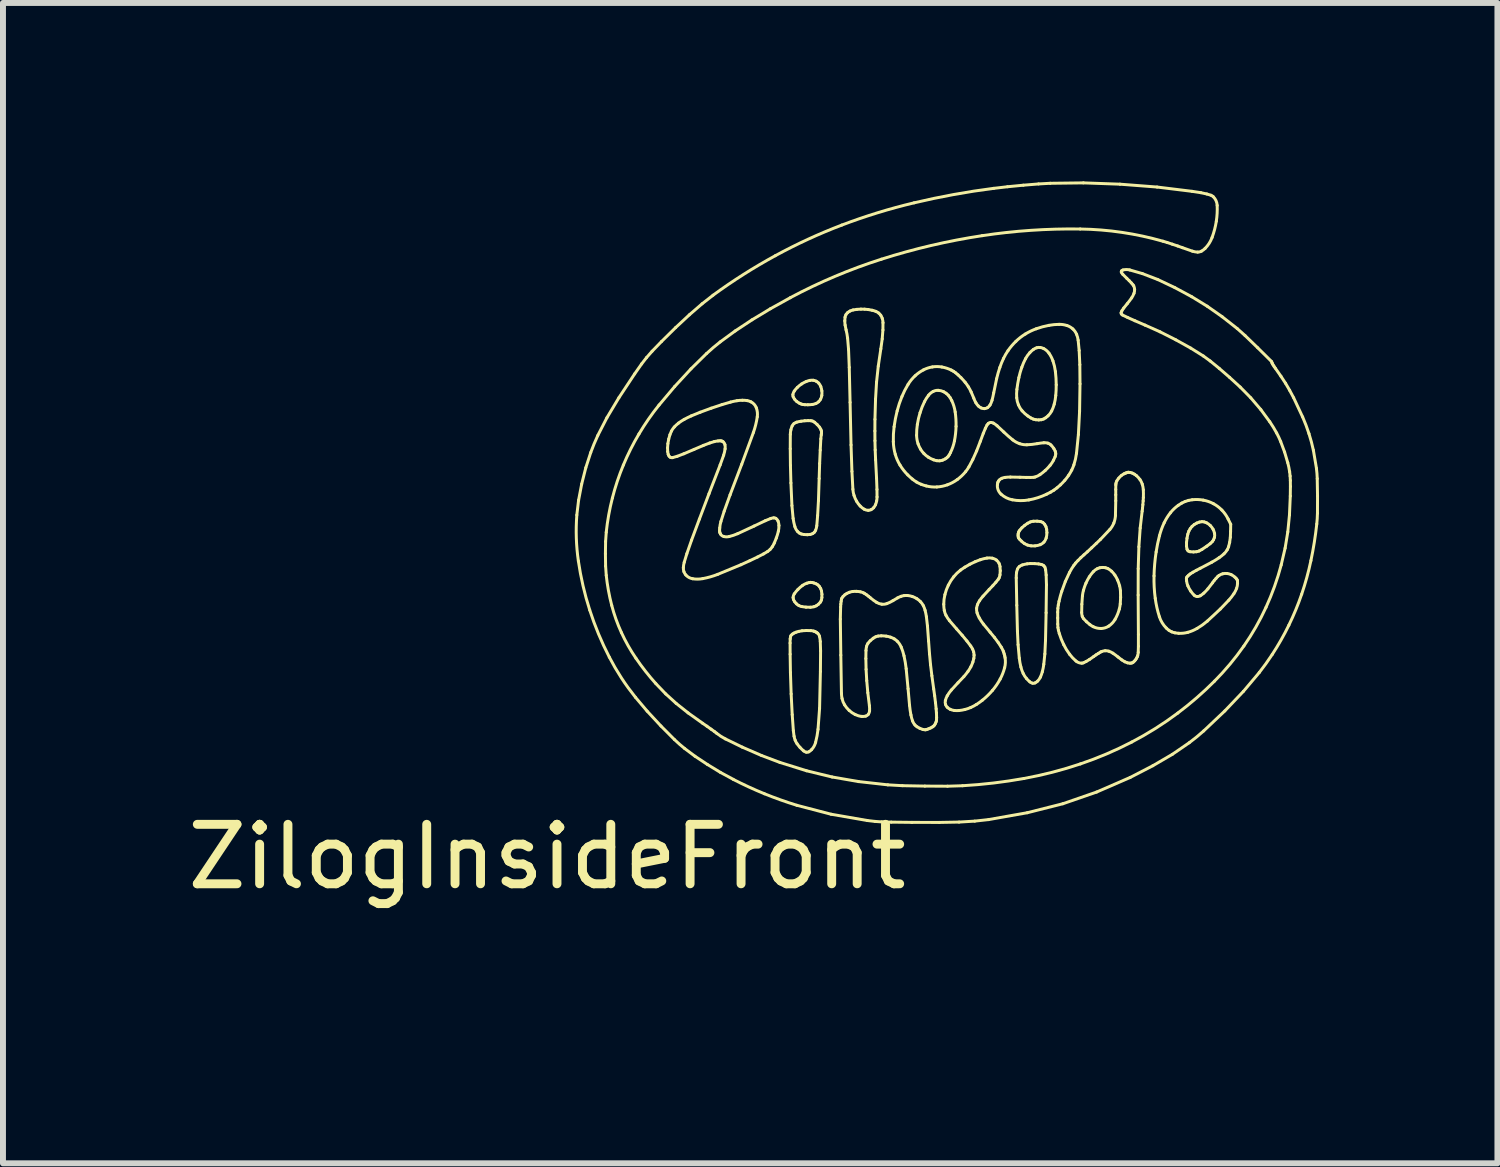
<source format=kicad_pcb>
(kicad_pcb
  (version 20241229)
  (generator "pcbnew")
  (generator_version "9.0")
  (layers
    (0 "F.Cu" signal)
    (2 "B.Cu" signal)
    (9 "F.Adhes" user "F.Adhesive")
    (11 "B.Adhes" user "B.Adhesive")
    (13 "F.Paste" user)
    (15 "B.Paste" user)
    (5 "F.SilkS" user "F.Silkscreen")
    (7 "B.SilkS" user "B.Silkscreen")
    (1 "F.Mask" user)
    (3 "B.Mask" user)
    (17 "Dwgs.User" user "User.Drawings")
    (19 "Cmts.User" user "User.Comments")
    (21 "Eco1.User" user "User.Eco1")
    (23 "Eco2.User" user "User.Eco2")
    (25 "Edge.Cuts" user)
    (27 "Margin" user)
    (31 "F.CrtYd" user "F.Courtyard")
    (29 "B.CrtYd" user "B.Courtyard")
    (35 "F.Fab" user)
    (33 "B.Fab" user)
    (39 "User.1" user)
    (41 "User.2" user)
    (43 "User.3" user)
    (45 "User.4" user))
  (footprint "ZilogInsideFront"
    (layer "F.Cu")
    (at 6.149 13.261)
    (property "Reference" "ZilogInsideFront" (at 0 -1.905 0) (layer "F.SilkS") (effects (font (size 1 1) (thickness 0.15))))
    (attr exclude_from_pos_files exclude_from_bom)
    (fp_line (start 0.53 -7.901) (end 0.5 -7.651) (stroke (width 0.05) (type solid)) (layer "F.SilkS"))
    (fp_line (start 0.582 -8.173) (end 0.53 -7.901) (stroke (width 0.05) (type solid)) (layer "F.SilkS"))
    (fp_line (start 0.651 -8.446) (end 0.582 -8.173) (stroke (width 0.05) (type solid)) (layer "F.SilkS"))
    (fp_line (start 0.734 -8.702) (end 0.651 -8.446) (stroke (width 0.05) (type solid)) (layer "F.SilkS"))
    (fp_line (start 0.981 -7) (end 0.984 -7.206) (stroke (width 0.05) (type solid)) (layer "F.SilkS"))
    (fp_line (start 0.984 -7.206) (end 0.995 -7.362) (stroke (width 0.05) (type solid)) (layer "F.SilkS"))
    (fp_line (start 0.984 -6.793) (end 0.981 -7) (stroke (width 0.05) (type solid)) (layer "F.SilkS"))
    (fp_line (start 0.995 -6.637) (end 0.984 -6.793) (stroke (width 0.05) (type solid)) (layer "F.SilkS"))
    (fp_line (start 1.006 -9.287) (end 0.852 -8.987) (stroke (width 0.05) (type solid)) (layer "F.SilkS"))
    (fp_line (start 1.208 -9.624) (end 1.006 -9.287) (stroke (width 0.05) (type solid)) (layer "F.SilkS"))
    (fp_line (start 1.473 -10.025) (end 1.208 -9.624) (stroke (width 0.05) (type solid)) (layer "F.SilkS"))
    (fp_line (start 1.487 -4.585) (end 1.683 -4.353) (stroke (width 0.05) (type solid)) (layer "F.SilkS"))
    (fp_line (start 1.59 -10.192) (end 1.473 -10.025) (stroke (width 0.05) (type solid)) (layer "F.SilkS"))
    (fp_line (start 1.673 -10.299) (end 1.59 -10.192) (stroke (width 0.05) (type solid)) (layer "F.SilkS"))
    (fp_line (start 1.683 -4.353) (end 1.915 -4.103) (stroke (width 0.05) (type solid)) (layer "F.SilkS"))
    (fp_line (start 1.766 -10.405) (end 1.673 -10.299) (stroke (width 0.05) (type solid)) (layer "F.SilkS"))
    (fp_line (start 1.883 -9.5) (end 2.146 -9.812) (stroke (width 0.05) (type solid)) (layer "F.SilkS"))
    (fp_line (start 1.915 -4.103) (end 2.142 -3.875) (stroke (width 0.05) (type solid)) (layer "F.SilkS"))
    (fp_line (start 1.925 -10.569) (end 1.766 -10.405) (stroke (width 0.05) (type solid)) (layer "F.SilkS"))
    (fp_line (start 1.995 -4.643) (end 1.83 -4.815) (stroke (width 0.05) (type solid)) (layer "F.SilkS"))
    (fp_line (start 2.109 -8.616) (end 2.187 -8.638) (stroke (width 0.05) (type solid)) (layer "F.SilkS"))
    (fp_line (start 2.146 -9.812) (end 2.42 -10.109) (stroke (width 0.05) (type solid)) (layer "F.SilkS"))
    (fp_line (start 2.161 -10.802) (end 1.925 -10.569) (stroke (width 0.05) (type solid)) (layer "F.SilkS"))
    (fp_line (start 2.17 -4.484) (end 1.995 -4.643) (stroke (width 0.05) (type solid)) (layer "F.SilkS"))
    (fp_line (start 2.187 -8.638) (end 2.3 -8.681) (stroke (width 0.05) (type solid)) (layer "F.SilkS"))
    (fp_line (start 2.3 -8.681) (end 2.473 -8.755) (stroke (width 0.05) (type solid)) (layer "F.SilkS"))
    (fp_line (start 2.313 -3.725) (end 2.487 -3.595) (stroke (width 0.05) (type solid)) (layer "F.SilkS"))
    (fp_line (start 2.35 -7) (end 2.306 -6.856) (stroke (width 0.05) (type solid)) (layer "F.SilkS"))
    (fp_line (start 2.371 -4.324) (end 2.17 -4.484) (stroke (width 0.05) (type solid)) (layer "F.SilkS"))
    (fp_line (start 2.392 -11.017) (end 2.161 -10.802) (stroke (width 0.05) (type solid)) (layer "F.SilkS"))
    (fp_line (start 2.42 -10.109) (end 2.683 -10.368) (stroke (width 0.05) (type solid)) (layer "F.SilkS"))
    (fp_line (start 2.43 -7.23) (end 2.35 -7) (stroke (width 0.05) (type solid)) (layer "F.SilkS"))
    (fp_line (start 2.473 -8.755) (end 2.63 -8.822) (stroke (width 0.05) (type solid)) (layer "F.SilkS"))
    (fp_line (start 2.487 -3.595) (end 2.695 -3.457) (stroke (width 0.05) (type solid)) (layer "F.SilkS"))
    (fp_line (start 2.561 -7.582) (end 2.43 -7.23) (stroke (width 0.05) (type solid)) (layer "F.SilkS"))
    (fp_line (start 2.574 -9.379) (end 2.425 -9.318) (stroke (width 0.05) (type solid)) (layer "F.SilkS"))
    (fp_line (start 2.607 -11.203) (end 2.392 -11.017) (stroke (width 0.05) (type solid)) (layer "F.SilkS"))
    (fp_line (start 2.615 -4.15) (end 2.371 -4.324) (stroke (width 0.05) (type solid)) (layer "F.SilkS"))
    (fp_line (start 2.63 -8.822) (end 2.734 -8.862) (stroke (width 0.05) (type solid)) (layer "F.SilkS"))
    (fp_line (start 2.688 -4.1) (end 2.615 -4.15) (stroke (width 0.05) (type solid)) (layer "F.SilkS"))
    (fp_line (start 2.695 -3.457) (end 2.915 -3.323) (stroke (width 0.05) (type solid)) (layer "F.SilkS"))
    (fp_line (start 2.723 -8.01) (end 2.561 -7.582) (stroke (width 0.05) (type solid)) (layer "F.SilkS"))
    (fp_line (start 2.758 -4.05) (end 2.688 -4.1) (stroke (width 0.05) (type solid)) (layer "F.SilkS"))
    (fp_line (start 2.759 -9.447) (end 2.574 -9.379) (stroke (width 0.05) (type solid)) (layer "F.SilkS"))
    (fp_line (start 2.79 -11.346) (end 2.607 -11.203) (stroke (width 0.05) (type solid)) (layer "F.SilkS"))
    (fp_line (start 2.817 -4.008) (end 2.758 -4.05) (stroke (width 0.05) (type solid)) (layer "F.SilkS"))
    (fp_line (start 2.849 -3.983) (end 2.817 -4.008) (stroke (width 0.05) (type solid)) (layer "F.SilkS"))
    (fp_line (start 2.868 -6.653) (end 3.26 -6.815) (stroke (width 0.05) (type solid)) (layer "F.SilkS"))
    (fp_line (start 2.875 -8.897) (end 2.909 -8.899) (stroke (width 0.05) (type solid)) (layer "F.SilkS"))
    (fp_line (start 2.901 -7.396) (end 2.903 -7.434) (stroke (width 0.05) (type solid)) (layer "F.SilkS"))
    (fp_line (start 2.91 -8.493) (end 2.723 -8.01) (stroke (width 0.05) (type solid)) (layer "F.SilkS"))
    (fp_line (start 2.91 -10.561) (end 3.163 -10.746) (stroke (width 0.05) (type solid)) (layer "F.SilkS"))
    (fp_line (start 2.915 -3.323) (end 3.131 -3.206) (stroke (width 0.05) (type solid)) (layer "F.SilkS"))
    (fp_line (start 2.923 -7.542) (end 2.978 -7.715) (stroke (width 0.05) (type solid)) (layer "F.SilkS"))
    (fp_line (start 2.942 -9.508) (end 2.759 -9.447) (stroke (width 0.05) (type solid)) (layer "F.SilkS"))
    (fp_line (start 2.969 -8.656) (end 2.91 -8.493) (stroke (width 0.05) (type solid)) (layer "F.SilkS"))
    (fp_line (start 2.978 -7.715) (end 3.077 -7.99) (stroke (width 0.05) (type solid)) (layer "F.SilkS"))
    (fp_line (start 3.077 -7.99) (end 3.273 -8.505) (stroke (width 0.05) (type solid)) (layer "F.SilkS"))
    (fp_line (start 3.085 -9.55) (end 2.942 -9.508) (stroke (width 0.05) (type solid)) (layer "F.SilkS"))
    (fp_line (start 3.163 -10.746) (end 3.446 -10.933) (stroke (width 0.05) (type solid)) (layer "F.SilkS"))
    (fp_line (start 3.26 -6.815) (end 3.409 -6.883) (stroke (width 0.05) (type solid)) (layer "F.SilkS"))
    (fp_line (start 3.273 -8.505) (end 3.469 -9.038) (stroke (width 0.05) (type solid)) (layer "F.SilkS"))
    (fp_line (start 3.282 -3.748) (end 2.997 -3.887) (stroke (width 0.05) (type solid)) (layer "F.SilkS"))
    (fp_line (start 3.409 -6.883) (end 3.537 -6.944) (stroke (width 0.05) (type solid)) (layer "F.SilkS"))
    (fp_line (start 3.446 -10.933) (end 3.756 -11.12) (stroke (width 0.05) (type solid)) (layer "F.SilkS"))
    (fp_line (start 3.48 -7.465) (end 3.206 -7.338) (stroke (width 0.05) (type solid)) (layer "F.SilkS"))
    (fp_line (start 3.537 -6.944) (end 3.64 -6.997) (stroke (width 0.05) (type solid)) (layer "F.SilkS"))
    (fp_line (start 3.606 -3.607) (end 3.282 -3.748) (stroke (width 0.05) (type solid)) (layer "F.SilkS"))
    (fp_line (start 3.67 -7.556) (end 3.48 -7.465) (stroke (width 0.05) (type solid)) (layer "F.SilkS"))
    (fp_line (start 3.756 -11.12) (end 4.091 -11.306) (stroke (width 0.05) (type solid)) (layer "F.SilkS"))
    (fp_line (start 3.82 -7.178) (end 3.855 -7.265) (stroke (width 0.05) (type solid)) (layer "F.SilkS"))
    (fp_line (start 3.914 -3.491) (end 3.606 -3.607) (stroke (width 0.05) (type solid)) (layer "F.SilkS"))
    (fp_line (start 4.086 -5.498) (end 4.087 -5.311) (stroke (width 0.05) (type solid)) (layer "F.SilkS"))
    (fp_line (start 4.087 -5.311) (end 4.092 -5.003) (stroke (width 0.05) (type solid)) (layer "F.SilkS"))
    (fp_line (start 4.088 -5.569) (end 4.086 -5.498) (stroke (width 0.05) (type solid)) (layer "F.SilkS"))
    (fp_line (start 4.089 -8.765) (end 4.092 -8.485) (stroke (width 0.05) (type solid)) (layer "F.SilkS"))
    (fp_line (start 4.09 -9.008) (end 4.089 -8.765) (stroke (width 0.05) (type solid)) (layer "F.SilkS"))
    (fp_line (start 4.092 -5.003) (end 4.104 -4.643) (stroke (width 0.05) (type solid)) (layer "F.SilkS"))
    (fp_line (start 4.092 -8.485) (end 4.1 -8.19) (stroke (width 0.05) (type solid)) (layer "F.SilkS"))
    (fp_line (start 4.1 -8.19) (end 4.117 -7.81) (stroke (width 0.05) (type solid)) (layer "F.SilkS"))
    (fp_line (start 4.104 -4.643) (end 4.122 -4.294) (stroke (width 0.05) (type solid)) (layer "F.SilkS"))
    (fp_line (start 4.117 -7.81) (end 4.137 -7.594) (stroke (width 0.05) (type solid)) (layer "F.SilkS"))
    (fp_line (start 4.122 -4.294) (end 4.141 -4.025) (stroke (width 0.05) (type solid)) (layer "F.SilkS"))
    (fp_line (start 4.141 -4.025) (end 4.153 -3.931) (stroke (width 0.05) (type solid)) (layer "F.SilkS"))
    (fp_line (start 4.2 -2.77) (end 4.775 -2.62) (stroke (width 0.05) (type solid)) (layer "F.SilkS"))
    (fp_line (start 4.232 -5.694) (end 4.188 -5.681) (stroke (width 0.05) (type solid)) (layer "F.SilkS"))
    (fp_line (start 4.334 -9.236) (end 4.271 -9.228) (stroke (width 0.05) (type solid)) (layer "F.SilkS"))
    (fp_line (start 4.335 -9.506) (end 4.385 -9.505) (stroke (width 0.05) (type solid)) (layer "F.SilkS"))
    (fp_line (start 4.361 -5.709) (end 4.288 -5.705) (stroke (width 0.05) (type solid)) (layer "F.SilkS"))
    (fp_line (start 4.362 -3.351) (end 3.914 -3.491) (stroke (width 0.05) (type solid)) (layer "F.SilkS"))
    (fp_line (start 4.389 -9.238) (end 4.334 -9.236) (stroke (width 0.05) (type solid)) (layer "F.SilkS"))
    (fp_line (start 4.407 -6.515) (end 4.37 -6.505) (stroke (width 0.05) (type solid)) (layer "F.SilkS"))
    (fp_line (start 4.434 -5.707) (end 4.361 -5.709) (stroke (width 0.05) (type solid)) (layer "F.SilkS"))
    (fp_line (start 4.485 -6.509) (end 4.452 -6.517) (stroke (width 0.05) (type solid)) (layer "F.SilkS"))
    (fp_line (start 4.519 -5.684) (end 4.5 -5.693) (stroke (width 0.05) (type solid)) (layer "F.SilkS"))
    (fp_line (start 4.535 -7.47) (end 4.549 -7.641) (stroke (width 0.05) (type solid)) (layer "F.SilkS"))
    (fp_line (start 4.537 -5.673) (end 4.519 -5.684) (stroke (width 0.05) (type solid)) (layer "F.SilkS"))
    (fp_line (start 4.549 -7.641) (end 4.563 -7.89) (stroke (width 0.05) (type solid)) (layer "F.SilkS"))
    (fp_line (start 4.556 -4.048) (end 4.582 -4.4) (stroke (width 0.05) (type solid)) (layer "F.SilkS"))
    (fp_line (start 4.563 -7.89) (end 4.575 -8.265) (stroke (width 0.05) (type solid)) (layer "F.SilkS"))
    (fp_line (start 4.575 -8.265) (end 4.583 -8.516) (stroke (width 0.05) (type solid)) (layer "F.SilkS"))
    (fp_line (start 4.582 -4.4) (end 4.596 -5.02) (stroke (width 0.05) (type solid)) (layer "F.SilkS"))
    (fp_line (start 4.583 -8.516) (end 4.593 -8.742) (stroke (width 0.05) (type solid)) (layer "F.SilkS"))
    (fp_line (start 4.593 -8.742) (end 4.603 -8.931) (stroke (width 0.05) (type solid)) (layer "F.SilkS"))
    (fp_line (start 4.596 -5.02) (end 4.599 -5.365) (stroke (width 0.05) (type solid)) (layer "F.SilkS"))
    (fp_line (start 4.599 -5.365) (end 4.594 -5.523) (stroke (width 0.05) (type solid)) (layer "F.SilkS"))
    (fp_line (start 4.61 -8.999) (end 4.614 -9.029) (stroke (width 0.05) (type solid)) (layer "F.SilkS"))
    (fp_line (start 4.775 -2.62) (end 5.385 -2.514) (stroke (width 0.05) (type solid)) (layer "F.SilkS"))
    (fp_line (start 4.793 -3.246) (end 4.362 -3.351) (stroke (width 0.05) (type solid)) (layer "F.SilkS"))
    (fp_line (start 4.931 -5.9) (end 4.939 -5.295) (stroke (width 0.05) (type solid)) (layer "F.SilkS"))
    (fp_line (start 4.936 -6.105) (end 4.931 -5.9) (stroke (width 0.05) (type solid)) (layer "F.SilkS"))
    (fp_line (start 4.939 -6.153) (end 4.936 -6.105) (stroke (width 0.05) (type solid)) (layer "F.SilkS"))
    (fp_line (start 4.939 -5.295) (end 4.95 -4.65) (stroke (width 0.05) (type solid)) (layer "F.SilkS"))
    (fp_line (start 4.944 -6.197) (end 4.939 -6.153) (stroke (width 0.05) (type solid)) (layer "F.SilkS"))
    (fp_line (start 4.95 -6.234) (end 4.944 -6.197) (stroke (width 0.05) (type solid)) (layer "F.SilkS"))
    (fp_line (start 5.053 -10.627) (end 5.069 -10.437) (stroke (width 0.05) (type solid)) (layer "F.SilkS"))
    (fp_line (start 5.069 -10.437) (end 5.081 -10.134) (stroke (width 0.05) (type solid)) (layer "F.SilkS"))
    (fp_line (start 5.081 -10.134) (end 5.095 -9.545) (stroke (width 0.05) (type solid)) (layer "F.SilkS"))
    (fp_line (start 5.095 -9.545) (end 5.111 -8.829) (stroke (width 0.05) (type solid)) (layer "F.SilkS"))
    (fp_line (start 5.111 -8.829) (end 5.126 -8.385) (stroke (width 0.05) (type solid)) (layer "F.SilkS"))
    (fp_line (start 5.126 -8.385) (end 5.142 -8.085) (stroke (width 0.05) (type solid)) (layer "F.SilkS"))
    (fp_line (start 5.238 -3.169) (end 4.793 -3.246) (stroke (width 0.05) (type solid)) (layer "F.SilkS"))
    (fp_line (start 5.278 -11.113) (end 5.208 -11.109) (stroke (width 0.05) (type solid)) (layer "F.SilkS"))
    (fp_line (start 5.34 -11.112) (end 5.278 -11.113) (stroke (width 0.05) (type solid)) (layer "F.SilkS"))
    (fp_line (start 5.36 -5.237) (end 5.362 -5.372) (stroke (width 0.05) (type solid)) (layer "F.SilkS"))
    (fp_line (start 5.364 -5.056) (end 5.36 -5.237) (stroke (width 0.05) (type solid)) (layer "F.SilkS"))
    (fp_line (start 5.373 -6.309) (end 5.343 -6.329) (stroke (width 0.05) (type solid)) (layer "F.SilkS"))
    (fp_line (start 5.375 -4.866) (end 5.364 -5.056) (stroke (width 0.05) (type solid)) (layer "F.SilkS"))
    (fp_line (start 5.385 -2.514) (end 5.514 -2.499) (stroke (width 0.05) (type solid)) (layer "F.SilkS"))
    (fp_line (start 5.393 -4.663) (end 5.375 -4.866) (stroke (width 0.05) (type solid)) (layer "F.SilkS"))
    (fp_line (start 5.401 -11.106) (end 5.34 -11.112) (stroke (width 0.05) (type solid)) (layer "F.SilkS"))
    (fp_line (start 5.405 -6.285) (end 5.373 -6.309) (stroke (width 0.05) (type solid)) (layer "F.SilkS"))
    (fp_line (start 5.42 -4.445) (end 5.393 -4.663) (stroke (width 0.05) (type solid)) (layer "F.SilkS"))
    (fp_line (start 5.435 -6.26) (end 5.405 -6.285) (stroke (width 0.05) (type solid)) (layer "F.SilkS"))
    (fp_line (start 5.466 -11.094) (end 5.401 -11.106) (stroke (width 0.05) (type solid)) (layer "F.SilkS"))
    (fp_line (start 5.512 -9.064) (end 5.513 -9.26) (stroke (width 0.05) (type solid)) (layer "F.SilkS"))
    (fp_line (start 5.513 -8.9) (end 5.512 -9.064) (stroke (width 0.05) (type solid)) (layer "F.SilkS"))
    (fp_line (start 5.513 -9.26) (end 5.523 -9.6) (stroke (width 0.05) (type solid)) (layer "F.SilkS"))
    (fp_line (start 5.514 -2.499) (end 5.628 -2.491) (stroke (width 0.05) (type solid)) (layer "F.SilkS"))
    (fp_line (start 5.517 -8.746) (end 5.513 -8.9) (stroke (width 0.05) (type solid)) (layer "F.SilkS"))
    (fp_line (start 5.523 -9.6) (end 5.54 -9.886) (stroke (width 0.05) (type solid)) (layer "F.SilkS"))
    (fp_line (start 5.524 -8.58) (end 5.517 -8.746) (stroke (width 0.05) (type solid)) (layer "F.SilkS"))
    (fp_line (start 5.54 -8.27) (end 5.524 -8.58) (stroke (width 0.05) (type solid)) (layer "F.SilkS"))
    (fp_line (start 5.54 -9.886) (end 5.569 -10.155) (stroke (width 0.05) (type solid)) (layer "F.SilkS"))
    (fp_line (start 5.547 -8.081) (end 5.54 -8.27) (stroke (width 0.05) (type solid)) (layer "F.SilkS"))
    (fp_line (start 5.548 -7.955) (end 5.547 -8.081) (stroke (width 0.05) (type solid)) (layer "F.SilkS"))
    (fp_line (start 5.569 -10.155) (end 5.612 -10.445) (stroke (width 0.05) (type solid)) (layer "F.SilkS"))
    (fp_line (start 5.612 -10.445) (end 5.635 -10.612) (stroke (width 0.05) (type solid)) (layer "F.SilkS"))
    (fp_line (start 5.628 -2.491) (end 5.788 -2.487) (stroke (width 0.05) (type solid)) (layer "F.SilkS"))
    (fp_line (start 5.635 -10.612) (end 5.647 -10.762) (stroke (width 0.05) (type solid)) (layer "F.SilkS"))
    (fp_line (start 5.647 -10.762) (end 5.648 -10.885) (stroke (width 0.05) (type solid)) (layer "F.SilkS"))
    (fp_line (start 5.73 -3.114) (end 5.238 -3.169) (stroke (width 0.05) (type solid)) (layer "F.SilkS"))
    (fp_line (start 5.788 -2.487) (end 6.135 -2.483) (stroke (width 0.05) (type solid)) (layer "F.SilkS"))
    (fp_line (start 5.894 -6.258) (end 5.816 -6.211) (stroke (width 0.05) (type solid)) (layer "F.SilkS"))
    (fp_line (start 5.973 -3.1) (end 5.73 -3.114) (stroke (width 0.05) (type solid)) (layer "F.SilkS"))
    (fp_line (start 6.038 -5.067) (end 6.07 -4.73) (stroke (width 0.05) (type solid)) (layer "F.SilkS"))
    (fp_line (start 6.07 -4.73) (end 6.095 -4.449) (stroke (width 0.05) (type solid)) (layer "F.SilkS"))
    (fp_line (start 6.135 -2.483) (end 6.596 -2.482) (stroke (width 0.05) (type solid)) (layer "F.SilkS"))
    (fp_line (start 6.352 -3.093) (end 5.973 -3.1) (stroke (width 0.05) (type solid)) (layer "F.SilkS"))
    (fp_line (start 6.373 -4.042) (end 6.396 -4.049) (stroke (width 0.05) (type solid)) (layer "F.SilkS"))
    (fp_line (start 6.396 -5.786) (end 6.378 -5.942) (stroke (width 0.05) (type solid)) (layer "F.SilkS"))
    (fp_line (start 6.396 -4.049) (end 6.422 -4.059) (stroke (width 0.05) (type solid)) (layer "F.SilkS"))
    (fp_line (start 6.415 -5.53) (end 6.396 -5.786) (stroke (width 0.05) (type solid)) (layer "F.SilkS"))
    (fp_line (start 6.422 -4.059) (end 6.448 -4.07) (stroke (width 0.05) (type solid)) (layer "F.SilkS"))
    (fp_line (start 6.431 -5.313) (end 6.415 -5.53) (stroke (width 0.05) (type solid)) (layer "F.SilkS"))
    (fp_line (start 6.448 -4.07) (end 6.481 -4.088) (stroke (width 0.05) (type solid)) (layer "F.SilkS"))
    (fp_line (start 6.448 -5.132) (end 6.431 -5.313) (stroke (width 0.05) (type solid)) (layer "F.SilkS"))
    (fp_line (start 6.47 -4.949) (end 6.448 -5.132) (stroke (width 0.05) (type solid)) (layer "F.SilkS"))
    (fp_line (start 6.501 -4.725) (end 6.47 -4.949) (stroke (width 0.05) (type solid)) (layer "F.SilkS"))
    (fp_line (start 6.517 -4.612) (end 6.501 -4.725) (stroke (width 0.05) (type solid)) (layer "F.SilkS"))
    (fp_line (start 6.531 -4.496) (end 6.517 -4.612) (stroke (width 0.05) (type solid)) (layer "F.SilkS"))
    (fp_line (start 6.542 -4.392) (end 6.531 -4.496) (stroke (width 0.05) (type solid)) (layer "F.SilkS"))
    (fp_line (start 6.547 -4.324) (end 6.542 -4.392) (stroke (width 0.05) (type solid)) (layer "F.SilkS"))
    (fp_line (start 6.55 -4.244) (end 6.547 -4.324) (stroke (width 0.05) (type solid)) (layer "F.SilkS"))
    (fp_line (start 6.596 -2.482) (end 6.928 -2.488) (stroke (width 0.05) (type solid)) (layer "F.SilkS"))
    (fp_line (start 6.732 -3.091) (end 6.352 -3.093) (stroke (width 0.05) (type solid)) (layer "F.SilkS"))
    (fp_line (start 6.766 -5.875) (end 6.886 -5.736) (stroke (width 0.05) (type solid)) (layer "F.SilkS"))
    (fp_line (start 6.783 -8.7) (end 6.761 -8.66) (stroke (width 0.05) (type solid)) (layer "F.SilkS"))
    (fp_line (start 6.886 -5.736) (end 6.979 -5.63) (stroke (width 0.05) (type solid)) (layer "F.SilkS"))
    (fp_line (start 6.909 -4.83) (end 6.797 -4.708) (stroke (width 0.05) (type solid)) (layer "F.SilkS"))
    (fp_line (start 6.911 -10.007) (end 6.871 -10.041) (stroke (width 0.05) (type solid)) (layer "F.SilkS"))
    (fp_line (start 6.928 -2.488) (end 7.191 -2.504) (stroke (width 0.05) (type solid)) (layer "F.SilkS"))
    (fp_line (start 6.96 -9.96) (end 6.911 -10.007) (stroke (width 0.05) (type solid)) (layer "F.SilkS"))
    (fp_line (start 6.979 -5.63) (end 7.06 -5.532) (stroke (width 0.05) (type solid)) (layer "F.SilkS"))
    (fp_line (start 6.987 -3.099) (end 6.732 -3.091) (stroke (width 0.05) (type solid)) (layer "F.SilkS"))
    (fp_line (start 7.009 -4.935) (end 6.909 -4.83) (stroke (width 0.05) (type solid)) (layer "F.SilkS"))
    (fp_line (start 7.06 -5.532) (end 7.123 -5.449) (stroke (width 0.05) (type solid)) (layer "F.SilkS"))
    (fp_line (start 7.094 -8.463) (end 7.158 -8.584) (stroke (width 0.05) (type solid)) (layer "F.SilkS"))
    (fp_line (start 7.109 -6.823) (end 7.025 -6.774) (stroke (width 0.05) (type solid)) (layer "F.SilkS"))
    (fp_line (start 7.158 -8.584) (end 7.223 -8.729) (stroke (width 0.05) (type solid)) (layer "F.SilkS"))
    (fp_line (start 7.175 -9.616) (end 7.13 -9.721) (stroke (width 0.05) (type solid)) (layer "F.SilkS"))
    (fp_line (start 7.191 -2.504) (end 7.425 -2.53) (stroke (width 0.05) (type solid)) (layer "F.SilkS"))
    (fp_line (start 7.198 -6.866) (end 7.109 -6.823) (stroke (width 0.05) (type solid)) (layer "F.SilkS"))
    (fp_line (start 7.223 -8.729) (end 7.285 -8.89) (stroke (width 0.05) (type solid)) (layer "F.SilkS"))
    (fp_line (start 7.285 -6.9) (end 7.198 -6.866) (stroke (width 0.05) (type solid)) (layer "F.SilkS"))
    (fp_line (start 7.285 -8.89) (end 7.335 -9.025) (stroke (width 0.05) (type solid)) (layer "F.SilkS"))
    (fp_line (start 7.331 -6.287) (end 7.433 -6.398) (stroke (width 0.05) (type solid)) (layer "F.SilkS"))
    (fp_line (start 7.335 -9.025) (end 7.37 -9.109) (stroke (width 0.05) (type solid)) (layer "F.SilkS"))
    (fp_line (start 7.425 -2.53) (end 8.074 -2.645) (stroke (width 0.05) (type solid)) (layer "F.SilkS"))
    (fp_line (start 7.433 -6.398) (end 7.495 -6.463) (stroke (width 0.05) (type solid)) (layer "F.SilkS"))
    (fp_line (start 7.45 -5.68) (end 7.337 -5.817) (stroke (width 0.05) (type solid)) (layer "F.SilkS"))
    (fp_line (start 7.495 -6.463) (end 7.546 -6.52) (stroke (width 0.05) (type solid)) (layer "F.SilkS"))
    (fp_line (start 7.522 -5.593) (end 7.45 -5.68) (stroke (width 0.05) (type solid)) (layer "F.SilkS"))
    (fp_line (start 7.546 -6.52) (end 7.585 -6.568) (stroke (width 0.05) (type solid)) (layer "F.SilkS"))
    (fp_line (start 7.559 -9.943) (end 7.51 -9.705) (stroke (width 0.05) (type solid)) (layer "F.SilkS"))
    (fp_line (start 7.568 -9.151) (end 7.68 -9.046) (stroke (width 0.05) (type solid)) (layer "F.SilkS"))
    (fp_line (start 7.586 -5.507) (end 7.522 -5.593) (stroke (width 0.05) (type solid)) (layer "F.SilkS"))
    (fp_line (start 7.637 -5.429) (end 7.586 -5.507) (stroke (width 0.05) (type solid)) (layer "F.SilkS"))
    (fp_line (start 7.687 -5.312) (end 7.678 -5.343) (stroke (width 0.05) (type solid)) (layer "F.SilkS"))
    (fp_line (start 7.696 -5.28) (end 7.687 -5.312) (stroke (width 0.05) (type solid)) (layer "F.SilkS"))
    (fp_line (start 7.701 -5.251) (end 7.696 -5.28) (stroke (width 0.05) (type solid)) (layer "F.SilkS"))
    (fp_line (start 7.742 -13.171) (end 7.512 -13.144) (stroke (width 0.05) (type solid)) (layer "F.SilkS"))
    (fp_line (start 7.889 -6.593) (end 7.898 -6.133) (stroke (width 0.05) (type solid)) (layer "F.SilkS"))
    (fp_line (start 7.898 -6.133) (end 7.909 -5.698) (stroke (width 0.05) (type solid)) (layer "F.SilkS"))
    (fp_line (start 7.909 -5.698) (end 7.92 -5.47) (stroke (width 0.05) (type solid)) (layer "F.SilkS"))
    (fp_line (start 7.92 -5.47) (end 7.94 -5.245) (stroke (width 0.05) (type solid)) (layer "F.SilkS"))
    (fp_line (start 7.943 -7.246) (end 7.974 -7.214) (stroke (width 0.05) (type solid)) (layer "F.SilkS"))
    (fp_line (start 7.952 -8.286) (end 7.79 -8.289) (stroke (width 0.05) (type solid)) (layer "F.SilkS"))
    (fp_line (start 8.008 -13.197) (end 7.742 -13.171) (stroke (width 0.05) (type solid)) (layer "F.SilkS"))
    (fp_line (start 8.058 -8.283) (end 7.952 -8.286) (stroke (width 0.05) (type solid)) (layer "F.SilkS"))
    (fp_line (start 8.074 -2.645) (end 8.672 -2.796) (stroke (width 0.05) (type solid)) (layer "F.SilkS"))
    (fp_line (start 8.13 -8.283) (end 8.058 -8.283) (stroke (width 0.05) (type solid)) (layer "F.SilkS"))
    (fp_line (start 8.135 -9.283) (end 8.084 -9.316) (stroke (width 0.05) (type solid)) (layer "F.SilkS"))
    (fp_line (start 8.18 -8.285) (end 8.13 -8.283) (stroke (width 0.05) (type solid)) (layer "F.SilkS"))
    (fp_line (start 8.196 -6.834) (end 8.127 -6.835) (stroke (width 0.05) (type solid)) (layer "F.SilkS"))
    (fp_line (start 8.264 -13.218) (end 8.008 -13.197) (stroke (width 0.05) (type solid)) (layer "F.SilkS"))
    (fp_line (start 8.264 -6.829) (end 8.196 -6.834) (stroke (width 0.05) (type solid)) (layer "F.SilkS"))
    (fp_line (start 8.352 -5.142) (end 8.37 -5.315) (stroke (width 0.05) (type solid)) (layer "F.SilkS"))
    (fp_line (start 8.37 -5.315) (end 8.381 -5.545) (stroke (width 0.05) (type solid)) (layer "F.SilkS"))
    (fp_line (start 8.381 -5.545) (end 8.391 -6.008) (stroke (width 0.05) (type solid)) (layer "F.SilkS"))
    (fp_line (start 8.391 -6.008) (end 8.397 -6.478) (stroke (width 0.05) (type solid)) (layer "F.SilkS"))
    (fp_line (start 8.392 -6.642) (end 8.383 -6.728) (stroke (width 0.05) (type solid)) (layer "F.SilkS"))
    (fp_line (start 8.397 -6.478) (end 8.392 -6.642) (stroke (width 0.05) (type solid)) (layer "F.SilkS"))
    (fp_line (start 8.398 -8) (end 8.466 -8.035) (stroke (width 0.05) (type solid)) (layer "F.SilkS"))
    (fp_line (start 8.46 -13.229) (end 8.264 -13.218) (stroke (width 0.05) (type solid)) (layer "F.SilkS"))
    (fp_line (start 8.573 -8.107) (end 8.631 -8.157) (stroke (width 0.05) (type solid)) (layer "F.SilkS"))
    (fp_line (start 8.586 -5.92) (end 8.587 -5.816) (stroke (width 0.05) (type solid)) (layer "F.SilkS"))
    (fp_line (start 8.586 -6.018) (end 8.586 -5.92) (stroke (width 0.05) (type solid)) (layer "F.SilkS"))
    (fp_line (start 8.587 -5.816) (end 8.59 -5.759) (stroke (width 0.05) (type solid)) (layer "F.SilkS"))
    (fp_line (start 8.589 -6.082) (end 8.586 -6.018) (stroke (width 0.05) (type solid)) (layer "F.SilkS"))
    (fp_line (start 8.596 -6.137) (end 8.589 -6.082) (stroke (width 0.05) (type solid)) (layer "F.SilkS"))
    (fp_line (start 8.598 -5.714) (end 8.612 -5.66) (stroke (width 0.05) (type solid)) (layer "F.SilkS"))
    (fp_line (start 8.608 -6.2) (end 8.596 -6.137) (stroke (width 0.05) (type solid)) (layer "F.SilkS"))
    (fp_line (start 8.672 -2.796) (end 9.241 -2.993) (stroke (width 0.05) (type solid)) (layer "F.SilkS"))
    (fp_line (start 8.714 -6.533) (end 8.654 -6.367) (stroke (width 0.05) (type solid)) (layer "F.SilkS"))
    (fp_line (start 8.784 -6.684) (end 8.714 -6.533) (stroke (width 0.05) (type solid)) (layer "F.SilkS"))
    (fp_line (start 8.902 -8.688) (end 8.934 -9.004) (stroke (width 0.05) (type solid)) (layer "F.SilkS"))
    (fp_line (start 8.927 -6.886) (end 8.887 -6.843) (stroke (width 0.05) (type solid)) (layer "F.SilkS"))
    (fp_line (start 8.934 -9.004) (end 8.954 -9.398) (stroke (width 0.05) (type solid)) (layer "F.SilkS"))
    (fp_line (start 8.947 -10.417) (end 8.93 -10.59) (stroke (width 0.05) (type solid)) (layer "F.SilkS"))
    (fp_line (start 8.954 -9.398) (end 8.961 -9.856) (stroke (width 0.05) (type solid)) (layer "F.SilkS"))
    (fp_line (start 8.958 -10.179) (end 8.947 -10.417) (stroke (width 0.05) (type solid)) (layer "F.SilkS"))
    (fp_line (start 8.961 -9.856) (end 8.958 -10.179) (stroke (width 0.05) (type solid)) (layer "F.SilkS"))
    (fp_line (start 8.974 -6.933) (end 8.927 -6.886) (stroke (width 0.05) (type solid)) (layer "F.SilkS"))
    (fp_line (start 8.989 -6.012) (end 8.992 -6.151) (stroke (width 0.05) (type solid)) (layer "F.SilkS"))
    (fp_line (start 8.992 -6.151) (end 9.002 -6.292) (stroke (width 0.05) (type solid)) (layer "F.SilkS"))
    (fp_line (start 9.018 -13.236) (end 8.46 -13.229) (stroke (width 0.05) (type solid)) (layer "F.SilkS"))
    (fp_line (start 9.027 -6.981) (end 8.974 -6.933) (stroke (width 0.05) (type solid)) (layer "F.SilkS"))
    (fp_line (start 9.062 -5.187) (end 9.119 -5.221) (stroke (width 0.05) (type solid)) (layer "F.SilkS"))
    (fp_line (start 9.084 -7.032) (end 9.027 -6.981) (stroke (width 0.05) (type solid)) (layer "F.SilkS"))
    (fp_line (start 9.119 -5.221) (end 9.191 -5.271) (stroke (width 0.05) (type solid)) (layer "F.SilkS"))
    (fp_line (start 9.157 -7.1) (end 9.084 -7.032) (stroke (width 0.05) (type solid)) (layer "F.SilkS"))
    (fp_line (start 9.191 -5.271) (end 9.23 -5.299) (stroke (width 0.05) (type solid)) (layer "F.SilkS"))
    (fp_line (start 9.23 -5.299) (end 9.27 -5.324) (stroke (width 0.05) (type solid)) (layer "F.SilkS"))
    (fp_line (start 9.235 -7.174) (end 9.157 -7.1) (stroke (width 0.05) (type solid)) (layer "F.SilkS"))
    (fp_line (start 9.241 -2.993) (end 9.806 -3.239) (stroke (width 0.05) (type solid)) (layer "F.SilkS"))
    (fp_line (start 9.27 -5.324) (end 9.303 -5.345) (stroke (width 0.05) (type solid)) (layer "F.SilkS"))
    (fp_line (start 9.305 -7.241) (end 9.235 -7.174) (stroke (width 0.05) (type solid)) (layer "F.SilkS"))
    (fp_line (start 9.463 -7.408) (end 9.305 -7.241) (stroke (width 0.05) (type solid)) (layer "F.SilkS"))
    (fp_line (start 9.562 -7.99) (end 9.562 -7.89) (stroke (width 0.05) (type solid)) (layer "F.SilkS"))
    (fp_line (start 9.562 -7.89) (end 9.557 -7.644) (stroke (width 0.05) (type solid)) (layer "F.SilkS"))
    (fp_line (start 9.562 -8.081) (end 9.562 -7.99) (stroke (width 0.05) (type solid)) (layer "F.SilkS"))
    (fp_line (start 9.563 -8.157) (end 9.562 -8.081) (stroke (width 0.05) (type solid)) (layer "F.SilkS"))
    (fp_line (start 9.6 -5.264) (end 9.664 -5.215) (stroke (width 0.05) (type solid)) (layer "F.SilkS"))
    (fp_line (start 9.633 -13.214) (end 9.018 -13.236) (stroke (width 0.05) (type solid)) (layer "F.SilkS"))
    (fp_line (start 9.641 -6.378) (end 9.644 -6.268) (stroke (width 0.05) (type solid)) (layer "F.SilkS"))
    (fp_line (start 9.644 -6.268) (end 9.638 -6.156) (stroke (width 0.05) (type solid)) (layer "F.SilkS"))
    (fp_line (start 9.676 -11.014) (end 9.763 -10.972) (stroke (width 0.05) (type solid)) (layer "F.SilkS"))
    (fp_line (start 9.681 -11.698) (end 9.748 -11.631) (stroke (width 0.05) (type solid)) (layer "F.SilkS"))
    (fp_line (start 9.723 -8.354) (end 9.701 -8.344) (stroke (width 0.05) (type solid)) (layer "F.SilkS"))
    (fp_line (start 9.744 -8.362) (end 9.723 -8.354) (stroke (width 0.05) (type solid)) (layer "F.SilkS"))
    (fp_line (start 9.748 -11.631) (end 9.788 -11.592) (stroke (width 0.05) (type solid)) (layer "F.SilkS"))
    (fp_line (start 9.756 -11.205) (end 9.696 -11.131) (stroke (width 0.05) (type solid)) (layer "F.SilkS"))
    (fp_line (start 9.763 -8.368) (end 9.744 -8.362) (stroke (width 0.05) (type solid)) (layer "F.SilkS"))
    (fp_line (start 9.763 -10.972) (end 9.884 -10.918) (stroke (width 0.05) (type solid)) (layer "F.SilkS"))
    (fp_line (start 9.788 -11.592) (end 9.824 -11.554) (stroke (width 0.05) (type solid)) (layer "F.SilkS"))
    (fp_line (start 9.806 -3.239) (end 10.185 -3.435) (stroke (width 0.05) (type solid)) (layer "F.SilkS"))
    (fp_line (start 9.824 -11.554) (end 9.853 -11.521) (stroke (width 0.05) (type solid)) (layer "F.SilkS"))
    (fp_line (start 9.858 -5.178) (end 9.88 -5.199) (stroke (width 0.05) (type solid)) (layer "F.SilkS"))
    (fp_line (start 9.884 -10.918) (end 10.055 -10.844) (stroke (width 0.05) (type solid)) (layer "F.SilkS"))
    (fp_line (start 9.939 -6.305) (end 9.94 -6.749) (stroke (width 0.05) (type solid)) (layer "F.SilkS"))
    (fp_line (start 9.94 -5.341) (end 9.943 -5.444) (stroke (width 0.05) (type solid)) (layer "F.SilkS"))
    (fp_line (start 9.94 -6.749) (end 9.951 -7.117) (stroke (width 0.05) (type solid)) (layer "F.SilkS"))
    (fp_line (start 9.943 -5.444) (end 9.943 -5.642) (stroke (width 0.05) (type solid)) (layer "F.SilkS"))
    (fp_line (start 9.943 -5.642) (end 9.939 -6.305) (stroke (width 0.05) (type solid)) (layer "F.SilkS"))
    (fp_line (start 9.951 -7.117) (end 9.973 -7.432) (stroke (width 0.05) (type solid)) (layer "F.SilkS"))
    (fp_line (start 9.973 -7.432) (end 10.006 -7.715) (stroke (width 0.05) (type solid)) (layer "F.SilkS"))
    (fp_line (start 10.006 -7.715) (end 10.012 -7.763) (stroke (width 0.05) (type solid)) (layer "F.SilkS"))
    (fp_line (start 10.011 -11.71) (end 9.797 -11.772) (stroke (width 0.05) (type solid)) (layer "F.SilkS"))
    (fp_line (start 10.012 -7.763) (end 10.018 -7.824) (stroke (width 0.05) (type solid)) (layer "F.SilkS"))
    (fp_line (start 10.018 -7.824) (end 10.023 -7.888) (stroke (width 0.05) (type solid)) (layer "F.SilkS"))
    (fp_line (start 10.023 -7.888) (end 10.026 -7.945) (stroke (width 0.05) (type solid)) (layer "F.SilkS"))
    (fp_line (start 10.055 -10.844) (end 10.306 -10.732) (stroke (width 0.05) (type solid)) (layer "F.SilkS"))
    (fp_line (start 10.185 -3.435) (end 10.515 -3.628) (stroke (width 0.05) (type solid)) (layer "F.SilkS"))
    (fp_line (start 10.257 -13.166) (end 9.633 -13.214) (stroke (width 0.05) (type solid)) (layer "F.SilkS"))
    (fp_line (start 10.27 -11.61) (end 10.011 -11.71) (stroke (width 0.05) (type solid)) (layer "F.SilkS"))
    (fp_line (start 10.306 -10.732) (end 10.57 -10.598) (stroke (width 0.05) (type solid)) (layer "F.SilkS"))
    (fp_line (start 10.356 -12.255) (end 10.426 -12.234) (stroke (width 0.05) (type solid)) (layer "F.SilkS"))
    (fp_line (start 10.426 -12.234) (end 10.513 -12.205) (stroke (width 0.05) (type solid)) (layer "F.SilkS"))
    (fp_line (start 10.513 -12.205) (end 10.603 -12.175) (stroke (width 0.05) (type solid)) (layer "F.SilkS"))
    (fp_line (start 10.515 -3.628) (end 10.799 -3.823) (stroke (width 0.05) (type solid)) (layer "F.SilkS"))
    (fp_line (start 10.555 -11.475) (end 10.27 -11.61) (stroke (width 0.05) (type solid)) (layer "F.SilkS"))
    (fp_line (start 10.57 -10.598) (end 10.822 -10.458) (stroke (width 0.05) (type solid)) (layer "F.SilkS"))
    (fp_line (start 10.603 -12.175) (end 10.681 -12.147) (stroke (width 0.05) (type solid)) (layer "F.SilkS"))
    (fp_line (start 10.681 -12.147) (end 10.852 -12.087) (stroke (width 0.05) (type solid)) (layer "F.SilkS"))
    (fp_line (start 10.752 -7.188) (end 10.76 -7.259) (stroke (width 0.05) (type solid)) (layer "F.SilkS"))
    (fp_line (start 10.753 -6.546) (end 10.75 -6.581) (stroke (width 0.05) (type solid)) (layer "F.SilkS"))
    (fp_line (start 10.763 -6.614) (end 10.788 -6.639) (stroke (width 0.05) (type solid)) (layer "F.SilkS"))
    (fp_line (start 10.814 -6.66) (end 10.86 -6.689) (stroke (width 0.05) (type solid)) (layer "F.SilkS"))
    (fp_line (start 10.822 -10.458) (end 11.035 -10.325) (stroke (width 0.05) (type solid)) (layer "F.SilkS"))
    (fp_line (start 10.839 -11.322) (end 10.555 -11.475) (stroke (width 0.05) (type solid)) (layer "F.SilkS"))
    (fp_line (start 10.844 -13.094) (end 10.257 -13.166) (stroke (width 0.05) (type solid)) (layer "F.SilkS"))
    (fp_line (start 10.86 -6.689) (end 10.917 -6.721) (stroke (width 0.05) (type solid)) (layer "F.SilkS"))
    (fp_line (start 10.917 -6.721) (end 10.982 -6.755) (stroke (width 0.05) (type solid)) (layer "F.SilkS"))
    (fp_line (start 10.982 -6.755) (end 11.177 -6.857) (stroke (width 0.05) (type solid)) (layer "F.SilkS"))
    (fp_line (start 10.993 -13.071) (end 10.844 -13.094) (stroke (width 0.05) (type solid)) (layer "F.SilkS"))
    (fp_line (start 11.035 -10.325) (end 11.15 -10.241) (stroke (width 0.05) (type solid)) (layer "F.SilkS"))
    (fp_line (start 11.04 -4.02) (end 11.396 -4.357) (stroke (width 0.05) (type solid)) (layer "F.SilkS"))
    (fp_line (start 11.093 -7.127) (end 11.012 -7.073) (stroke (width 0.05) (type solid)) (layer "F.SilkS"))
    (fp_line (start 11.094 -13.049) (end 10.993 -13.071) (stroke (width 0.05) (type solid)) (layer "F.SilkS"))
    (fp_line (start 11.101 -11.161) (end 10.839 -11.322) (stroke (width 0.05) (type solid)) (layer "F.SilkS"))
    (fp_line (start 11.103 -5.868) (end 11.32 -6.07) (stroke (width 0.05) (type solid)) (layer "F.SilkS"))
    (fp_line (start 11.149 -7.169) (end 11.093 -7.127) (stroke (width 0.05) (type solid)) (layer "F.SilkS"))
    (fp_line (start 11.15 -10.241) (end 11.303 -10.116) (stroke (width 0.05) (type solid)) (layer "F.SilkS"))
    (fp_line (start 11.19 -6.512) (end 11.111 -6.41) (stroke (width 0.05) (type solid)) (layer "F.SilkS"))
    (fp_line (start 11.218 -6.55) (end 11.19 -6.512) (stroke (width 0.05) (type solid)) (layer "F.SilkS"))
    (fp_line (start 11.249 -6.586) (end 11.218 -6.55) (stroke (width 0.05) (type solid)) (layer "F.SilkS"))
    (fp_line (start 11.277 -6.617) (end 11.249 -6.586) (stroke (width 0.05) (type solid)) (layer "F.SilkS"))
    (fp_line (start 11.303 -10.116) (end 11.476 -9.966) (stroke (width 0.05) (type solid)) (layer "F.SilkS"))
    (fp_line (start 11.32 -6.07) (end 11.464 -6.22) (stroke (width 0.05) (type solid)) (layer "F.SilkS"))
    (fp_line (start 11.352 -10.985) (end 11.101 -11.161) (stroke (width 0.05) (type solid)) (layer "F.SilkS"))
    (fp_line (start 11.396 -4.357) (end 11.708 -4.685) (stroke (width 0.05) (type solid)) (layer "F.SilkS"))
    (fp_line (start 11.476 -9.966) (end 11.655 -9.802) (stroke (width 0.05) (type solid)) (layer "F.SilkS"))
    (fp_line (start 11.489 -7.277) (end 11.493 -7.376) (stroke (width 0.05) (type solid)) (layer "F.SilkS"))
    (fp_line (start 11.493 -7.376) (end 11.495 -7.496) (stroke (width 0.05) (type solid)) (layer "F.SilkS"))
    (fp_line (start 11.495 -7.496) (end 11.451 -7.585) (stroke (width 0.05) (type solid)) (layer "F.SilkS"))
    (fp_line (start 11.593 -6.578) (end 11.567 -6.605) (stroke (width 0.05) (type solid)) (layer "F.SilkS"))
    (fp_line (start 11.605 -10.786) (end 11.352 -10.985) (stroke (width 0.05) (type solid)) (layer "F.SilkS"))
    (fp_line (start 11.61 -6.504) (end 11.609 -6.541) (stroke (width 0.05) (type solid)) (layer "F.SilkS"))
    (fp_line (start 11.655 -9.802) (end 11.832 -9.622) (stroke (width 0.05) (type solid)) (layer "F.SilkS"))
    (fp_line (start 11.708 -4.685) (end 11.975 -5.002) (stroke (width 0.05) (type solid)) (layer "F.SilkS"))
    (fp_line (start 11.737 -10.668) (end 11.605 -10.786) (stroke (width 0.05) (type solid)) (layer "F.SilkS"))
    (fp_line (start 11.832 -9.622) (end 12.002 -9.423) (stroke (width 0.05) (type solid)) (layer "F.SilkS"))
    (fp_line (start 11.949 -10.463) (end 11.737 -10.668) (stroke (width 0.05) (type solid)) (layer "F.SilkS"))
    (fp_line (start 12.002 -9.423) (end 12.151 -9.22) (stroke (width 0.05) (type solid)) (layer "F.SilkS"))
    (fp_line (start 12.179 -10.235) (end 11.949 -10.463) (stroke (width 0.05) (type solid)) (layer "F.SilkS"))
    (fp_line (start 12.207 -10.177) (end 12.193 -10.2) (stroke (width 0.05) (type solid)) (layer "F.SilkS"))
    (fp_line (start 12.224 -10.15) (end 12.207 -10.177) (stroke (width 0.05) (type solid)) (layer "F.SilkS"))
    (fp_line (start 12.245 -10.12) (end 12.224 -10.15) (stroke (width 0.05) (type solid)) (layer "F.SilkS"))
    (fp_line (start 12.335 -8.887) (end 12.401 -8.71) (stroke (width 0.05) (type solid)) (layer "F.SilkS"))
    (fp_line (start 12.34 -9.984) (end 12.245 -10.12) (stroke (width 0.05) (type solid)) (layer "F.SilkS"))
    (fp_line (start 12.401 -8.71) (end 12.454 -8.531) (stroke (width 0.05) (type solid)) (layer "F.SilkS"))
    (fp_line (start 12.41 -7.094) (end 12.344 -6.812) (stroke (width 0.05) (type solid)) (layer "F.SilkS"))
    (fp_line (start 12.418 -9.865) (end 12.34 -9.984) (stroke (width 0.05) (type solid)) (layer "F.SilkS"))
    (fp_line (start 12.455 -7.367) (end 12.41 -7.094) (stroke (width 0.05) (type solid)) (layer "F.SilkS"))
    (fp_line (start 12.483 -7.652) (end 12.455 -7.367) (stroke (width 0.05) (type solid)) (layer "F.SilkS"))
    (fp_line (start 12.486 -8.379) (end 12.494 -8.306) (stroke (width 0.05) (type solid)) (layer "F.SilkS"))
    (fp_line (start 12.486 -9.748) (end 12.418 -9.865) (stroke (width 0.05) (type solid)) (layer "F.SilkS"))
    (fp_line (start 12.494 -8.306) (end 12.498 -8.231) (stroke (width 0.05) (type solid)) (layer "F.SilkS"))
    (fp_line (start 12.497 -7.97) (end 12.483 -7.652) (stroke (width 0.05) (type solid)) (layer "F.SilkS"))
    (fp_line (start 12.498 -8.231) (end 12.499 -8.131) (stroke (width 0.05) (type solid)) (layer "F.SilkS"))
    (fp_line (start 12.499 -8.131) (end 12.497 -7.97) (stroke (width 0.05) (type solid)) (layer "F.SilkS"))
    (fp_line (start 12.553 -9.623) (end 12.486 -9.748) (stroke (width 0.05) (type solid)) (layer "F.SilkS"))
    (fp_line (start 12.704 -9.3) (end 12.553 -9.623) (stroke (width 0.05) (type solid)) (layer "F.SilkS"))
    (fp_line (start 12.937 -8.435) (end 12.885 -8.742) (stroke (width 0.05) (type solid)) (layer "F.SilkS"))
    (fp_line (start 12.954 -7.68) (end 12.955 -7.971) (stroke (width 0.05) (type solid)) (layer "F.SilkS"))
    (fp_line (start 12.955 -7.971) (end 12.95 -8.262) (stroke (width 0.05) (type solid)) (layer "F.SilkS"))
    (fp_arc (start 0.525958 -6.878887) (mid 0.491868 -7.263988) (end 0.500423 -7.650501) (stroke (width 0.05) (type solid)) (layer "F.SilkS"))
    (fp_arc (start 0.716918 -6.053731) (mid 0.604117 -6.462301) (end 0.525958 -6.878887) (stroke (width 0.05) (type solid)) (layer "F.SilkS"))
    (fp_arc (start 0.734239 -8.702388) (mid 0.790033 -8.845933) (end 0.852341 -8.986774) (stroke (width 0.05) (type solid)) (layer "F.SilkS"))
    (fp_arc (start 0.994704 -7.361528) (mid 1.035996 -7.651025) (end 1.097972 -7.936808) (stroke (width 0.05) (type solid)) (layer "F.SilkS"))
    (fp_arc (start 1.046837 -5.260768) (mid 0.865426 -5.650404) (end 0.716918 -6.05373) (stroke (width 0.05) (type solid)) (layer "F.SilkS"))
    (fp_arc (start 1.086824 -6.132392) (mid 1.031413 -6.383178) (end 0.994817 -6.637393) (stroke (width 0.05) (type solid)) (layer "F.SilkS"))
    (fp_arc (start 1.097973 -7.936808) (mid 1.18028 -8.217211) (end 1.282551 -8.490964) (stroke (width 0.05) (type solid)) (layer "F.SilkS"))
    (fp_arc (start 1.250007 -5.674234) (mid 1.158391 -5.899743) (end 1.086824 -6.132392) (stroke (width 0.05) (type solid)) (layer "F.SilkS"))
    (fp_arc (start 1.28255 -8.490965) (mid 1.404664 -8.757637) (end 1.54558 -9.014868) (stroke (width 0.05) (type solid)) (layer "F.SilkS"))
    (fp_arc (start 1.486966 -4.584786) (mid 1.249999 -4.911772) (end 1.046837 -5.260768) (stroke (width 0.05) (type solid)) (layer "F.SilkS"))
    (fp_arc (start 1.494431 -5.242284) (mid 1.363001 -5.453043) (end 1.250007 -5.674234) (stroke (width 0.05) (type solid)) (layer "F.SilkS"))
    (fp_arc (start 1.54558 -9.014868) (mid 1.705585 -9.263345) (end 1.882609 -9.5) (stroke (width 0.05) (type solid)) (layer "F.SilkS"))
    (fp_arc (start 1.829558 -4.815491) (mid 1.655012 -5.023405) (end 1.494431 -5.242284) (stroke (width 0.05) (type solid)) (layer "F.SilkS"))
    (fp_arc (start 2.025975 -8.779999) (mid 2.027478 -8.815631) (end 2.031162 -8.851104) (stroke (width 0.05) (type solid)) (layer "F.SilkS"))
    (fp_arc (start 2.027997 -8.717098) (mid 2.0263 -8.748527) (end 2.025975 -8.78) (stroke (width 0.05) (type solid)) (layer "F.SilkS"))
    (fp_arc (start 2.031162 -8.851104) (mid 2.037305 -8.88985) (end 2.045228 -8.928271) (stroke (width 0.05) (type solid)) (layer "F.SilkS"))
    (fp_arc (start 2.036423 -8.671933) (mid 2.030983 -8.694286) (end 2.027998 -8.717098) (stroke (width 0.05) (type solid)) (layer "F.SilkS"))
    (fp_arc (start 2.045228 -8.928272) (mid 2.054674 -8.96529) (end 2.065843 -9.001826) (stroke (width 0.05) (type solid)) (layer "F.SilkS"))
    (fp_arc (start 2.05157 -8.640559) (mid 2.042764 -8.655651) (end 2.036422 -8.671933) (stroke (width 0.05) (type solid)) (layer "F.SilkS"))
    (fp_arc (start 2.065843 -9.001826) (mid 2.077225 -9.032251) (end 2.09088 -9.061726) (stroke (width 0.05) (type solid)) (layer "F.SilkS"))
    (fp_arc (start 2.074111 -8.620475) (mid 2.061648 -8.629179) (end 2.05157 -8.640559) (stroke (width 0.05) (type solid)) (layer "F.SilkS"))
    (fp_arc (start 2.09088 -9.061725) (mid 2.112539 -9.097956) (end 2.138848 -9.130966) (stroke (width 0.05) (type solid)) (layer "F.SilkS"))
    (fp_arc (start 2.109332 -8.61599) (mid 2.091309 -8.614985) (end 2.074112 -8.620475) (stroke (width 0.05) (type solid)) (layer "F.SilkS"))
    (fp_arc (start 2.138849 -9.130966) (mid 2.173158 -9.165362) (end 2.210368 -9.196598) (stroke (width 0.05) (type solid)) (layer "F.SilkS"))
    (fp_arc (start 2.210368 -9.196599) (mid 2.25676 -9.229506) (end 2.305471 -9.258873) (stroke (width 0.05) (type solid)) (layer "F.SilkS"))
    (fp_arc (start 2.291406 -6.764814) (mid 2.296107 -6.810571) (end 2.305821 -6.855531) (stroke (width 0.05) (type solid)) (layer "F.SilkS"))
    (fp_arc (start 2.300567 -6.699329) (mid 2.29293 -6.731644) (end 2.291406 -6.764814) (stroke (width 0.05) (type solid)) (layer "F.SilkS"))
    (fp_arc (start 2.305472 -9.258873) (mid 2.364551 -9.28979) (end 2.425 -9.317933) (stroke (width 0.05) (type solid)) (layer "F.SilkS"))
    (fp_arc (start 2.31303 -3.724985) (mid 2.225671 -3.797987) (end 2.141979 -3.875167) (stroke (width 0.05) (type solid)) (layer "F.SilkS"))
    (fp_arc (start 2.332907 -6.643216) (mid 2.313954 -6.669669) (end 2.300566 -6.699329) (stroke (width 0.05) (type solid)) (layer "F.SilkS"))
    (fp_arc (start 2.447938 -6.579544) (mid 2.38488 -6.601367) (end 2.332907 -6.643216) (stroke (width 0.05) (type solid)) (layer "F.SilkS"))
    (fp_arc (start 2.616985 -6.581445) (mid 2.532543 -6.573205) (end 2.447938 -6.579544) (stroke (width 0.05) (type solid)) (layer "F.SilkS"))
    (fp_arc (start 2.683024 -10.367576) (mid 2.794263 -10.466816) (end 2.91 -10.560773) (stroke (width 0.05) (type solid)) (layer "F.SilkS"))
    (fp_arc (start 2.733664 -8.862018) (mid 2.771642 -8.874477) (end 2.810134 -8.885246) (stroke (width 0.05) (type solid)) (layer "F.SilkS"))
    (fp_arc (start 2.79 -11.346438) (mid 3.303089 -11.69635) (end 3.838148 -12.011646) (stroke (width 0.05) (type solid)) (layer "F.SilkS"))
    (fp_arc (start 2.810134 -8.885246) (mid 2.842346 -8.892162) (end 2.875 -8.896535) (stroke (width 0.05) (type solid)) (layer "F.SilkS"))
    (fp_arc (start 2.86799 -6.652624) (mid 2.744144 -6.611194) (end 2.616985 -6.581446) (stroke (width 0.05) (type solid)) (layer "F.SilkS"))
    (fp_arc (start 2.901962 -7.370472) (mid 2.900907 -7.383011) (end 2.900828 -7.395594) (stroke (width 0.05) (type solid)) (layer "F.SilkS"))
    (fp_arc (start 2.902966 -7.433818) (mid 2.910119 -7.488494) (end 2.922783 -7.542163) (stroke (width 0.05) (type solid)) (layer "F.SilkS"))
    (fp_arc (start 2.906606 -7.350863) (mid 2.903745 -7.36054) (end 2.901962 -7.370472) (stroke (width 0.05) (type solid)) (layer "F.SilkS"))
    (fp_arc (start 2.908665 -8.898787) (mid 2.918943 -8.898629) (end 2.929142 -8.897345) (stroke (width 0.05) (type solid)) (layer "F.SilkS"))
    (fp_arc (start 2.915561 -7.331741) (mid 2.910626 -7.341088) (end 2.906606 -7.350863) (stroke (width 0.05) (type solid)) (layer "F.SilkS"))
    (fp_arc (start 2.929141 -8.897346) (mid 2.937359 -8.895183) (end 2.945147 -8.891782) (stroke (width 0.05) (type solid)) (layer "F.SilkS"))
    (fp_arc (start 2.945148 -8.891782) (mid 2.953891 -8.886608) (end 2.962128 -8.880661) (stroke (width 0.05) (type solid)) (layer "F.SilkS"))
    (fp_arc (start 2.962127 -8.880661) (mid 2.980571 -8.859862) (end 2.990789 -8.834009) (stroke (width 0.05) (type solid)) (layer "F.SilkS"))
    (fp_arc (start 2.973221 -7.289104) (mid 2.940064 -7.304571) (end 2.915561 -7.331741) (stroke (width 0.05) (type solid)) (layer "F.SilkS"))
    (fp_arc (start 2.990789 -8.834009) (mid 2.994996 -8.79846) (end 2.993194 -8.762708) (stroke (width 0.05) (type solid)) (layer "F.SilkS"))
    (fp_arc (start 2.993195 -8.762708) (mid 2.983364 -8.70902) (end 2.968572 -8.656483) (stroke (width 0.05) (type solid)) (layer "F.SilkS"))
    (fp_arc (start 2.996808 -3.886856) (mid 2.920401 -3.93121) (end 2.849017 -3.983263) (stroke (width 0.05) (type solid)) (layer "F.SilkS"))
    (fp_arc (start 3.060795 -7.288937) (mid 3.016998 -7.283867) (end 2.973221 -7.289104) (stroke (width 0.05) (type solid)) (layer "F.SilkS"))
    (fp_arc (start 3.085 -9.550304) (mid 3.138201 -9.562879) (end 3.19194 -9.572906) (stroke (width 0.05) (type solid)) (layer "F.SilkS"))
    (fp_arc (start 3.19194 -9.572907) (mid 3.238529 -9.578673) (end 3.285419 -9.580932) (stroke (width 0.05) (type solid)) (layer "F.SilkS"))
    (fp_arc (start 3.205929 -7.33804) (mid 3.134515 -7.310081) (end 3.060795 -7.288937) (stroke (width 0.05) (type solid)) (layer "F.SilkS"))
    (fp_arc (start 3.285419 -9.580931) (mid 3.325177 -9.579583) (end 3.364658 -9.574703) (stroke (width 0.05) (type solid)) (layer "F.SilkS"))
    (fp_arc (start 3.364658 -9.574704) (mid 3.397253 -9.566685) (end 3.428316 -9.553966) (stroke (width 0.05) (type solid)) (layer "F.SilkS"))
    (fp_arc (start 3.428316 -9.553966) (mid 3.482467 -9.512873) (end 3.517881 -9.454848) (stroke (width 0.05) (type solid)) (layer "F.SilkS"))
    (fp_arc (start 3.517881 -9.454848) (mid 3.535897 -9.379286) (end 3.534337 -9.301622) (stroke (width 0.05) (type solid)) (layer "F.SilkS"))
    (fp_arc (start 3.534337 -9.301622) (mid 3.507926 -9.168053) (end 3.468819 -9.037636) (stroke (width 0.05) (type solid)) (layer "F.SilkS"))
    (fp_arc (start 3.6539 -2.964678) (mid 3.389608 -3.079225) (end 3.130757 -3.20559) (stroke (width 0.05) (type solid)) (layer "F.SilkS"))
    (fp_arc (start 3.670235 -7.555751) (mid 3.713843 -7.574872) (end 3.758337 -7.591827) (stroke (width 0.05) (type solid)) (layer "F.SilkS"))
    (fp_arc (start 3.706771 -7.036727) (mid 3.673914 -7.016084) (end 3.640124 -6.997008) (stroke (width 0.05) (type solid)) (layer "F.SilkS"))
    (fp_arc (start 3.750597 -7.072826) (mid 3.729628 -7.05363) (end 3.706771 -7.036727) (stroke (width 0.05) (type solid)) (layer "F.SilkS"))
    (fp_arc (start 3.758337 -7.591827) (mid 3.784257 -7.599274) (end 3.81088 -7.603577) (stroke (width 0.05) (type solid)) (layer "F.SilkS"))
    (fp_arc (start 3.786663 -7.117707) (mid 3.769756 -7.094361) (end 3.750596 -7.072825) (stroke (width 0.05) (type solid)) (layer "F.SilkS"))
    (fp_arc (start 3.810881 -7.603578) (mid 3.829523 -7.602278) (end 3.846662 -7.59483) (stroke (width 0.05) (type solid)) (layer "F.SilkS"))
    (fp_arc (start 3.819723 -7.17841) (mid 3.804376 -7.147414) (end 3.786663 -7.117707) (stroke (width 0.05) (type solid)) (layer "F.SilkS"))
    (fp_arc (start 3.838148 -12.011646) (mid 4.388151 -12.287968) (end 4.955617 -12.526379) (stroke (width 0.05) (type solid)) (layer "F.SilkS"))
    (fp_arc (start 3.846662 -7.59483) (mid 3.869099 -7.574485) (end 3.884181 -7.54822) (stroke (width 0.05) (type solid)) (layer "F.SilkS"))
    (fp_arc (start 3.884181 -7.54822) (mid 3.8945 -7.512312) (end 3.898599 -7.475177) (stroke (width 0.05) (type solid)) (layer "F.SilkS"))
    (fp_arc (start 3.889053 -7.379207) (mid 3.873881 -7.321306) (end 3.854924 -7.264532) (stroke (width 0.05) (type solid)) (layer "F.SilkS"))
    (fp_arc (start 3.898599 -7.475177) (mid 3.896809 -7.426896) (end 3.889053 -7.379208) (stroke (width 0.05) (type solid)) (layer "F.SilkS"))
    (fp_arc (start 4.08804 -5.568915) (mid 4.08993 -5.588202) (end 4.093346 -5.607278) (stroke (width 0.05) (type solid)) (layer "F.SilkS"))
    (fp_arc (start 4.090488 -9.007622) (mid 4.092985 -9.046132) (end 4.099575 -9.084157) (stroke (width 0.05) (type solid)) (layer "F.SilkS"))
    (fp_arc (start 4.090666 -11.306177) (mid 4.841267 -11.664016) (end 5.621211 -11.952353) (stroke (width 0.05) (type solid)) (layer "F.SilkS"))
    (fp_arc (start 4.093346 -5.607278) (mid 4.097694 -5.619335) (end 4.104976 -5.629881) (stroke (width 0.05) (type solid)) (layer "F.SilkS"))
    (fp_arc (start 4.099575 -9.084157) (mid 4.108624 -9.116446) (end 4.120739 -9.147713) (stroke (width 0.05) (type solid)) (layer "F.SilkS"))
    (fp_arc (start 4.104976 -5.62988) (mid 4.115434 -5.640367) (end 4.126897 -5.649745) (stroke (width 0.05) (type solid)) (layer "F.SilkS"))
    (fp_arc (start 4.120739 -9.147713) (mid 4.133402 -9.169275) (end 4.150578 -9.187448) (stroke (width 0.05) (type solid)) (layer "F.SilkS"))
    (fp_arc (start 4.126896 -5.649746) (mid 4.140021 -5.658605) (end 4.153833 -5.666349) (stroke (width 0.05) (type solid)) (layer "F.SilkS"))
    (fp_arc (start 4.133394 -9.677042) (mid 4.141723 -9.707105) (end 4.156377 -9.734645) (stroke (width 0.05) (type solid)) (layer "F.SilkS"))
    (fp_arc (start 4.13705 -6.265783) (mid 4.142471 -6.29679) (end 4.156517 -6.32496) (stroke (width 0.05) (type solid)) (layer "F.SilkS"))
    (fp_arc (start 4.137539 -9.640554) (mid 4.132951 -9.658512) (end 4.133394 -9.677042) (stroke (width 0.05) (type solid)) (layer "F.SilkS"))
    (fp_arc (start 4.143292 -6.230491) (mid 4.13837 -6.247819) (end 4.13705 -6.265784) (stroke (width 0.05) (type solid)) (layer "F.SilkS"))
    (fp_arc (start 4.150579 -9.187449) (mid 4.172328 -9.202233) (end 4.196649 -9.212235) (stroke (width 0.05) (type solid)) (layer "F.SilkS"))
    (fp_arc (start 4.153834 -5.666348) (mid 4.170686 -5.674193) (end 4.188031 -5.680877) (stroke (width 0.05) (type solid)) (layer "F.SilkS"))
    (fp_arc (start 4.156377 -9.734644) (mid 4.181047 -9.767221) (end 4.208832 -9.797185) (stroke (width 0.05) (type solid)) (layer "F.SilkS"))
    (fp_arc (start 4.156517 -6.324961) (mid 4.186119 -6.36401) (end 4.218846 -6.40048) (stroke (width 0.05) (type solid)) (layer "F.SilkS"))
    (fp_arc (start 4.16114 -9.599176) (mid 4.14798 -9.61909) (end 4.137539 -9.640554) (stroke (width 0.05) (type solid)) (layer "F.SilkS"))
    (fp_arc (start 4.163921 -6.192316) (mid 4.152489 -6.2108) (end 4.143292 -6.230491) (stroke (width 0.05) (type solid)) (layer "F.SilkS"))
    (fp_arc (start 4.166243 -7.457525) (mid 4.149203 -7.525107) (end 4.137186 -7.593761) (stroke (width 0.05) (type solid)) (layer "F.SilkS"))
    (fp_arc (start 4.172133 -3.86337) (mid 4.160919 -3.896523) (end 4.153177 -3.930654) (stroke (width 0.05) (type solid)) (layer "F.SilkS"))
    (fp_arc (start 4.195053 -6.156911) (mid 4.178522 -6.173765) (end 4.163921 -6.192316) (stroke (width 0.05) (type solid)) (layer "F.SilkS"))
    (fp_arc (start 4.196648 -9.212234) (mid 4.233329 -9.221621) (end 4.270594 -9.22833) (stroke (width 0.05) (type solid)) (layer "F.SilkS"))
    (fp_arc (start 4.198816 -9.560037) (mid 4.178834 -9.578505) (end 4.16114 -9.599176) (stroke (width 0.05) (type solid)) (layer "F.SilkS"))
    (fp_arc (start 4.200102 -2.770167) (mid 3.924847 -2.861375) (end 3.6539 -2.964678) (stroke (width 0.05) (type solid)) (layer "F.SilkS"))
    (fp_arc (start 4.202947 -3.806063) (mid 4.185882 -3.833825) (end 4.172133 -3.86337) (stroke (width 0.05) (type solid)) (layer "F.SilkS"))
    (fp_arc (start 4.208832 -9.797185) (mid 4.242742 -9.827349) (end 4.279298 -9.854246) (stroke (width 0.05) (type solid)) (layer "F.SilkS"))
    (fp_arc (start 4.211929 -7.37433) (mid 4.184527 -7.413424) (end 4.166243 -7.457525) (stroke (width 0.05) (type solid)) (layer "F.SilkS"))
    (fp_arc (start 4.218846 -6.40048) (mid 4.256422 -6.43591) (end 4.296842 -6.468056) (stroke (width 0.05) (type solid)) (layer "F.SilkS"))
    (fp_arc (start 4.232301 -5.694496) (mid 4.259841 -5.700688) (end 4.287802 -5.704557) (stroke (width 0.05) (type solid)) (layer "F.SilkS"))
    (fp_arc (start 4.232627 -6.129724) (mid 4.213062 -6.142242) (end 4.195053 -6.15691) (stroke (width 0.05) (type solid)) (layer "F.SilkS"))
    (fp_arc (start 4.240696 -7.349188) (mid 4.225482 -7.360808) (end 4.211929 -7.37433) (stroke (width 0.05) (type solid)) (layer "F.SilkS"))
    (fp_arc (start 4.245074 -9.53) (mid 4.221106 -9.543726) (end 4.198817 -9.560037) (stroke (width 0.05) (type solid)) (layer "F.SilkS"))
    (fp_arc (start 4.252191 -3.744505) (mid 4.226557 -3.774474) (end 4.202947 -3.806063) (stroke (width 0.05) (type solid)) (layer "F.SilkS"))
    (fp_arc (start 4.274986 -7.332468) (mid 4.257286 -7.33969) (end 4.240696 -7.349188) (stroke (width 0.05) (type solid)) (layer "F.SilkS"))
    (fp_arc (start 4.275223 -9.516941) (mid 4.259967 -9.523052) (end 4.245073 -9.53) (stroke (width 0.05) (type solid)) (layer "F.SilkS"))
    (fp_arc (start 4.279298 -9.854246) (mid 4.317425 -9.877023) (end 4.357614 -9.895925) (stroke (width 0.05) (type solid)) (layer "F.SilkS"))
    (fp_arc (start 4.280807 -6.111927) (mid 4.256012 -6.118916) (end 4.232627 -6.129724) (stroke (width 0.05) (type solid)) (layer "F.SilkS"))
    (fp_arc (start 4.296842 -6.468056) (mid 4.331903 -6.489416) (end 4.37 -6.504719) (stroke (width 0.05) (type solid)) (layer "F.SilkS"))
    (fp_arc (start 4.302343 -9.509581) (mid 4.288621 -9.512663) (end 4.275223 -9.516941) (stroke (width 0.05) (type solid)) (layer "F.SilkS"))
    (fp_arc (start 4.313386 -3.685164) (mid 4.281894 -3.713912) (end 4.252191 -3.744505) (stroke (width 0.05) (type solid)) (layer "F.SilkS"))
    (fp_arc (start 4.318335 -7.323086) (mid 4.296407 -7.326607) (end 4.274986 -7.332469) (stroke (width 0.05) (type solid)) (layer "F.SilkS"))
    (fp_arc (start 4.334964 -9.506019) (mid 4.318593 -9.507245) (end 4.302343 -9.509581) (stroke (width 0.05) (type solid)) (layer "F.SilkS"))
    (fp_arc (start 4.352995 -6.101922) (mid 4.316756 -6.105879) (end 4.280806 -6.111927) (stroke (width 0.05) (type solid)) (layer "F.SilkS"))
    (fp_arc (start 4.357614 -9.895925) (mid 4.388811 -9.906988) (end 4.420946 -9.914922) (stroke (width 0.05) (type solid)) (layer "F.SilkS"))
    (fp_arc (start 4.358885 -3.662829) (mid 4.334713 -3.671099) (end 4.313386 -3.685164) (stroke (width 0.05) (type solid)) (layer "F.SilkS"))
    (fp_arc (start 4.374999 -7.320093) (mid 4.346628 -7.320846) (end 4.318335 -7.323086) (stroke (width 0.05) (type solid)) (layer "F.SilkS"))
    (fp_arc (start 4.389472 -9.238399) (mid 4.412217 -9.238128) (end 4.434928 -9.236857) (stroke (width 0.05) (type solid)) (layer "F.SilkS"))
    (fp_arc (start 4.400441 -3.669248) (mid 4.38024 -3.662298) (end 4.358884 -3.662829) (stroke (width 0.05) (type solid)) (layer "F.SilkS"))
    (fp_arc (start 4.407069 -6.515114) (mid 4.418533 -6.517372) (end 4.430171 -6.518406) (stroke (width 0.05) (type solid)) (layer "F.SilkS"))
    (fp_arc (start 4.420947 -9.914923) (mid 4.448828 -9.918062) (end 4.476852 -9.916689) (stroke (width 0.05) (type solid)) (layer "F.SilkS"))
    (fp_arc (start 4.424619 -7.324691) (mid 4.399916 -7.321241) (end 4.375 -7.320093) (stroke (width 0.05) (type solid)) (layer "F.SilkS"))
    (fp_arc (start 4.428197 -6.100328) (mid 4.390573 -6.100023) (end 4.352995 -6.101922) (stroke (width 0.05) (type solid)) (layer "F.SilkS"))
    (fp_arc (start 4.430172 -6.518407) (mid 4.441307 -6.518152) (end 4.452336 -6.516601) (stroke (width 0.05) (type solid)) (layer "F.SilkS"))
    (fp_arc (start 4.433605 -5.707473) (mid 4.458538 -5.70473) (end 4.483033 -5.699327) (stroke (width 0.05) (type solid)) (layer "F.SilkS"))
    (fp_arc (start 4.434928 -9.236856) (mid 4.449835 -9.234615) (end 4.464272 -9.230276) (stroke (width 0.05) (type solid)) (layer "F.SilkS"))
    (fp_arc (start 4.446147 -3.704584) (mid 4.424609 -3.685215) (end 4.400441 -3.669248) (stroke (width 0.05) (type solid)) (layer "F.SilkS"))
    (fp_arc (start 4.462458 -9.510259) (mid 4.423818 -9.506316) (end 4.385 -9.505) (stroke (width 0.05) (type solid)) (layer "F.SilkS"))
    (fp_arc (start 4.464272 -9.230276) (mid 4.482062 -9.221877) (end 4.498335 -9.210823) (stroke (width 0.05) (type solid)) (layer "F.SilkS"))
    (fp_arc (start 4.464604 -7.338595) (mid 4.445132 -7.330145) (end 4.424618 -7.324691) (stroke (width 0.05) (type solid)) (layer "F.SilkS"))
    (fp_arc (start 4.476852 -9.916688) (mid 4.50184 -9.911077) (end 4.525393 -9.901019) (stroke (width 0.05) (type solid)) (layer "F.SilkS"))
    (fp_arc (start 4.483033 -5.699327) (mid 4.491518 -5.696636) (end 4.499785 -5.693337) (stroke (width 0.05) (type solid)) (layer "F.SilkS"))
    (fp_arc (start 4.484999 -6.508809) (mid 4.504754 -6.502445) (end 4.523914 -6.494468) (stroke (width 0.05) (type solid)) (layer "F.SilkS"))
    (fp_arc (start 4.487631 -6.109339) (mid 4.458169 -6.103152) (end 4.428197 -6.100328) (stroke (width 0.05) (type solid)) (layer "F.SilkS"))
    (fp_arc (start 4.494694 -7.361795) (mid 4.480653 -7.348893) (end 4.464605 -7.338595) (stroke (width 0.05) (type solid)) (layer "F.SilkS"))
    (fp_arc (start 4.498335 -9.210823) (mid 4.519991 -9.192525) (end 4.540623 -9.17308) (stroke (width 0.05) (type solid)) (layer "F.SilkS"))
    (fp_arc (start 4.515111 -3.827999) (mid 4.488523 -3.761881) (end 4.446147 -3.704584) (stroke (width 0.05) (type solid)) (layer "F.SilkS"))
    (fp_arc (start 4.515144 -7.393804) (mid 4.506305 -7.376914) (end 4.494693 -7.361795) (stroke (width 0.05) (type solid)) (layer "F.SilkS"))
    (fp_arc (start 4.521297 -9.526676) (mid 4.492438 -9.516456) (end 4.462457 -9.510259) (stroke (width 0.05) (type solid)) (layer "F.SilkS"))
    (fp_arc (start 4.523914 -6.494467) (mid 4.539878 -6.485797) (end 4.554657 -6.475231) (stroke (width 0.05) (type solid)) (layer "F.SilkS"))
    (fp_arc (start 4.525393 -9.901019) (mid 4.547553 -9.886566) (end 4.567022 -9.868652) (stroke (width 0.05) (type solid)) (layer "F.SilkS"))
    (fp_arc (start 4.527092 -6.125418) (mid 4.507858 -6.116159) (end 4.487631 -6.109338) (stroke (width 0.05) (type solid)) (layer "F.SilkS"))
    (fp_arc (start 4.534623 -7.470014) (mid 4.527661 -7.431199) (end 4.515144 -7.393803) (stroke (width 0.05) (type solid)) (layer "F.SilkS"))
    (fp_arc (start 4.536898 -5.672926) (mid 4.544241 -5.667635) (end 4.551196 -5.661844) (stroke (width 0.05) (type solid)) (layer "F.SilkS"))
    (fp_arc (start 4.540623 -9.17308) (mid 4.560463 -9.152225) (end 4.579128 -9.130313) (stroke (width 0.05) (type solid)) (layer "F.SilkS"))
    (fp_arc (start 4.551196 -5.661843) (mid 4.569379 -5.639787) (end 4.580118 -5.613297) (stroke (width 0.05) (type solid)) (layer "F.SilkS"))
    (fp_arc (start 4.554658 -6.475231) (mid 4.567766 -6.463131) (end 4.579247 -6.449477) (stroke (width 0.05) (type solid)) (layer "F.SilkS"))
    (fp_arc (start 4.556045 -4.047797) (mid 4.539481 -3.937171) (end 4.515112 -3.827999) (stroke (width 0.05) (type solid)) (layer "F.SilkS"))
    (fp_arc (start 4.563863 -6.151405) (mid 4.546159 -6.137447) (end 4.527092 -6.125419) (stroke (width 0.05) (type solid)) (layer "F.SilkS"))
    (fp_arc (start 4.565375 -9.555353) (mid 4.544545 -9.539157) (end 4.521298 -9.526676) (stroke (width 0.05) (type solid)) (layer "F.SilkS"))
    (fp_arc (start 4.567023 -9.868652) (mid 4.58719 -9.842099) (end 4.602012 -9.812231) (stroke (width 0.05) (type solid)) (layer "F.SilkS"))
    (fp_arc (start 4.579127 -9.130313) (mid 4.591471 -9.112774) (end 4.601446 -9.093787) (stroke (width 0.05) (type solid)) (layer "F.SilkS"))
    (fp_arc (start 4.579247 -6.449477) (mid 4.590256 -6.433025) (end 4.599697 -6.415625) (stroke (width 0.05) (type solid)) (layer "F.SilkS"))
    (fp_arc (start 4.580119 -5.613297) (mid 4.588809 -5.568602) (end 4.59381 -5.523346) (stroke (width 0.05) (type solid)) (layer "F.SilkS"))
    (fp_arc (start 4.593254 -6.183424) (mid 4.579424 -6.16662) (end 4.563862 -6.151405) (stroke (width 0.05) (type solid)) (layer "F.SilkS"))
    (fp_arc (start 4.598124 -9.597274) (mid 4.583458 -9.574979) (end 4.565375 -9.555353) (stroke (width 0.05) (type solid)) (layer "F.SilkS"))
    (fp_arc (start 4.599697 -6.415625) (mid 4.608397 -6.394423) (end 4.614433 -6.372315) (stroke (width 0.05) (type solid)) (layer "F.SilkS"))
    (fp_arc (start 4.601447 -9.093787) (mid 4.606301 -9.082026) (end 4.610502 -9.070016) (stroke (width 0.05) (type solid)) (layer "F.SilkS"))
    (fp_arc (start 4.602011 -9.812231) (mid 4.613423 -9.775752) (end 4.620158 -9.738127) (stroke (width 0.05) (type solid)) (layer "F.SilkS"))
    (fp_arc (start 4.602506 -8.930506) (mid 4.605457 -8.964761) (end 4.610392 -8.998787) (stroke (width 0.05) (type solid)) (layer "F.SilkS"))
    (fp_arc (start 4.610501 -9.070016) (mid 4.613058 -9.060215) (end 4.614549 -9.050197) (stroke (width 0.05) (type solid)) (layer "F.SilkS"))
    (fp_arc (start 4.610778 -6.217359) (mid 4.603358 -6.199698) (end 4.593254 -6.183423) (stroke (width 0.05) (type solid)) (layer "F.SilkS"))
    (fp_arc (start 4.614433 -6.372315) (mid 4.618961 -6.345582) (end 4.621483 -6.318585) (stroke (width 0.05) (type solid)) (layer "F.SilkS"))
    (fp_arc (start 4.61455 -9.050197) (mid 4.615041 -9.039415) (end 4.614488 -9.028636) (stroke (width 0.05) (type solid)) (layer "F.SilkS"))
    (fp_arc (start 4.619288 -9.661417) (mid 4.611631 -9.628381) (end 4.598125 -9.597274) (stroke (width 0.05) (type solid)) (layer "F.SilkS"))
    (fp_arc (start 4.620158 -9.738127) (mid 4.622132 -9.699745) (end 4.619287 -9.661417) (stroke (width 0.05) (type solid)) (layer "F.SilkS"))
    (fp_arc (start 4.620476 -6.263841) (mid 4.616943 -6.240326) (end 4.610778 -6.21736) (stroke (width 0.05) (type solid)) (layer "F.SilkS"))
    (fp_arc (start 4.621482 -6.318586) (mid 4.621995 -6.291195) (end 4.620476 -6.263841) (stroke (width 0.05) (type solid)) (layer "F.SilkS"))
    (fp_arc (start 4.949644 -6.233816) (mid 4.951763 -6.24211) (end 4.955132 -6.249979) (stroke (width 0.05) (type solid)) (layer "F.SilkS"))
    (fp_arc (start 4.955132 -6.249979) (mid 4.964752 -6.265981) (end 4.976204 -6.280728) (stroke (width 0.05) (type solid)) (layer "F.SilkS"))
    (fp_arc (start 4.955617 -12.526379) (mid 5.55714 -12.733198) (end 6.170882 -12.900306) (stroke (width 0.05) (type solid)) (layer "F.SilkS"))
    (fp_arc (start 4.959576 -4.566221) (mid 4.952798 -4.608127) (end 4.950042 -4.650488) (stroke (width 0.05) (type solid)) (layer "F.SilkS"))
    (fp_arc (start 4.976204 -6.280728) (mid 4.990511 -6.295671) (end 5.006071 -6.309305) (stroke (width 0.05) (type solid)) (layer "F.SilkS"))
    (fp_arc (start 5.002086 -4.459251) (mid 4.976268 -4.510923) (end 4.959575 -4.566222) (stroke (width 0.05) (type solid)) (layer "F.SilkS"))
    (fp_arc (start 5.00593 -10.916382) (mid 5.006919 -10.946929) (end 5.010347 -10.9773) (stroke (width 0.05) (type solid)) (layer "F.SilkS"))
    (fp_arc (start 5.006071 -6.309305) (mid 5.023629 -6.322212) (end 5.042202 -6.333608) (stroke (width 0.05) (type solid)) (layer "F.SilkS"))
    (fp_arc (start 5.010347 -10.9773) (mid 5.015907 -10.999368) (end 5.025511 -11.02) (stroke (width 0.05) (type solid)) (layer "F.SilkS"))
    (fp_arc (start 5.011557 -10.843898) (mid 5.007478 -10.880042) (end 5.00593 -10.916382) (stroke (width 0.05) (type solid)) (layer "F.SilkS"))
    (fp_arc (start 5.025511 -11.02) (mid 5.038393 -11.038396) (end 5.054066 -11.05448) (stroke (width 0.05) (type solid)) (layer "F.SilkS"))
    (fp_arc (start 5.027459 -10.765) (mid 5.042516 -10.696327) (end 5.052783 -10.626776) (stroke (width 0.05) (type solid)) (layer "F.SilkS"))
    (fp_arc (start 5.027459 -10.764999) (mid 5.01849 -10.804243) (end 5.011557 -10.843897) (stroke (width 0.05) (type solid)) (layer "F.SilkS"))
    (fp_arc (start 5.042202 -6.333608) (mid 5.061707 -6.343446) (end 5.08196 -6.351634) (stroke (width 0.05) (type solid)) (layer "F.SilkS"))
    (fp_arc (start 5.054066 -11.05448) (mid 5.073156 -11.069031) (end 5.094001 -11.080931) (stroke (width 0.05) (type solid)) (layer "F.SilkS"))
    (fp_arc (start 5.080162 -4.364588) (mid 5.037777 -4.409158) (end 5.002086 -4.45925) (stroke (width 0.05) (type solid)) (layer "F.SilkS"))
    (fp_arc (start 5.08196 -6.351633) (mid 5.109979 -6.359881) (end 5.138749 -6.364918) (stroke (width 0.05) (type solid)) (layer "F.SilkS"))
    (fp_arc (start 5.094001 -11.080931) (mid 5.119229 -11.091477) (end 5.145486 -11.099109) (stroke (width 0.05) (type solid)) (layer "F.SilkS"))
    (fp_arc (start 5.138749 -6.364918) (mid 5.171536 -6.367454) (end 5.204421 -6.367383) (stroke (width 0.05) (type solid)) (layer "F.SilkS"))
    (fp_arc (start 5.145486 -11.09911) (mid 5.176796 -11.105149) (end 5.208457 -11.108932) (stroke (width 0.05) (type solid)) (layer "F.SilkS"))
    (fp_arc (start 5.161524 -7.98) (mid 5.148434 -8.031823) (end 5.1419 -8.084873) (stroke (width 0.05) (type solid)) (layer "F.SilkS"))
    (fp_arc (start 5.181035 -4.295882) (mid 5.128156 -4.326649) (end 5.080162 -4.364589) (stroke (width 0.05) (type solid)) (layer "F.SilkS"))
    (fp_arc (start 5.204188 -7.883093) (mid 5.180313 -7.930427) (end 5.161524 -7.98) (stroke (width 0.05) (type solid)) (layer "F.SilkS"))
    (fp_arc (start 5.204421 -6.367383) (mid 5.236703 -6.364735) (end 5.26867 -6.359512) (stroke (width 0.05) (type solid)) (layer "F.SilkS"))
    (fp_arc (start 5.26443 -7.802402) (mid 5.231852 -7.840913) (end 5.204189 -7.883093) (stroke (width 0.05) (type solid)) (layer "F.SilkS"))
    (fp_arc (start 5.26867 -6.359512) (mid 5.295427 -6.352236) (end 5.321047 -6.34163) (stroke (width 0.05) (type solid)) (layer "F.SilkS"))
    (fp_arc (start 5.289999 -4.264561) (mid 5.234135 -4.275412) (end 5.181035 -4.295882) (stroke (width 0.05) (type solid)) (layer "F.SilkS"))
    (fp_arc (start 5.321047 -6.341631) (mid 5.332046 -6.335806) (end 5.342662 -6.32931) (stroke (width 0.05) (type solid)) (layer "F.SilkS"))
    (fp_arc (start 5.33307 -7.748247) (mid 5.296854 -7.77292) (end 5.26443 -7.802401) (stroke (width 0.05) (type solid)) (layer "F.SilkS"))
    (fp_arc (start 5.357847 -4.269621) (mid 5.32415 -4.264059) (end 5.29 -4.264561) (stroke (width 0.05) (type solid)) (layer "F.SilkS"))
    (fp_arc (start 5.362409 -5.372243) (mid 5.365523 -5.407719) (end 5.372302 -5.44268) (stroke (width 0.05) (type solid)) (layer "F.SilkS"))
    (fp_arc (start 5.372302 -5.442679) (mid 5.381043 -5.467965) (end 5.39414 -5.491295) (stroke (width 0.05) (type solid)) (layer "F.SilkS"))
    (fp_arc (start 5.394141 -5.491295) (mid 5.413149 -5.515876) (end 5.434846 -5.538119) (stroke (width 0.05) (type solid)) (layer "F.SilkS"))
    (fp_arc (start 5.400558 -7.73) (mid 5.365602 -7.734642) (end 5.33307 -7.748247) (stroke (width 0.05) (type solid)) (layer "F.SilkS"))
    (fp_arc (start 5.40193 -4.299794) (mid 5.382537 -4.280839) (end 5.357847 -4.269621) (stroke (width 0.05) (type solid)) (layer "F.SilkS"))
    (fp_arc (start 5.419649 -4.445) (mid 5.423308 -4.401185) (end 5.422568 -4.357224) (stroke (width 0.05) (type solid)) (layer "F.SilkS"))
    (fp_arc (start 5.422567 -4.357224) (mid 5.416266 -4.327066) (end 5.40193 -4.299795) (stroke (width 0.05) (type solid)) (layer "F.SilkS"))
    (fp_arc (start 5.434846 -5.538119) (mid 5.458968 -5.559117) (end 5.484077 -5.578925) (stroke (width 0.05) (type solid)) (layer "F.SilkS"))
    (fp_arc (start 5.448213 -7.741151) (mid 5.425029 -7.732825) (end 5.400558 -7.73) (stroke (width 0.05) (type solid)) (layer "F.SilkS"))
    (fp_arc (start 5.466145 -11.0941) (mid 5.497573 -11.086018) (end 5.528131 -11.075097) (stroke (width 0.05) (type solid)) (layer "F.SilkS"))
    (fp_arc (start 5.484077 -5.578925) (mid 5.504036 -5.592221) (end 5.525358 -5.603198) (stroke (width 0.05) (type solid)) (layer "F.SilkS"))
    (fp_arc (start 5.489744 -7.772775) (mid 5.470494 -7.754972) (end 5.448214 -7.74115) (stroke (width 0.05) (type solid)) (layer "F.SilkS"))
    (fp_arc (start 5.521783 -7.823021) (mid 5.507793 -7.796604) (end 5.489744 -7.772775) (stroke (width 0.05) (type solid)) (layer "F.SilkS"))
    (fp_arc (start 5.525358 -5.603198) (mid 5.546008 -5.610861) (end 5.567467 -5.615823) (stroke (width 0.05) (type solid)) (layer "F.SilkS"))
    (fp_arc (start 5.52813 -11.075097) (mid 5.553122 -11.062694) (end 5.576085 -11.046848) (stroke (width 0.05) (type solid)) (layer "F.SilkS"))
    (fp_arc (start 5.541003 -6.182233) (mid 5.486513 -6.219079) (end 5.435 -6.259982) (stroke (width 0.05) (type solid)) (layer "F.SilkS"))
    (fp_arc (start 5.541661 -7.888025) (mid 5.533506 -7.854977) (end 5.521783 -7.82302) (stroke (width 0.05) (type solid)) (layer "F.SilkS"))
    (fp_arc (start 5.548175 -7.95494) (mid 5.546425 -7.921336) (end 5.54166 -7.888026) (stroke (width 0.05) (type solid)) (layer "F.SilkS"))
    (fp_arc (start 5.567467 -5.615824) (mid 5.592908 -5.618954) (end 5.618519 -5.62) (stroke (width 0.05) (type solid)) (layer "F.SilkS"))
    (fp_arc (start 5.576085 -11.046848) (mid 5.595222 -11.028892) (end 5.61134 -11.008183) (stroke (width 0.05) (type solid)) (layer "F.SilkS"))
    (fp_arc (start 5.61134 -11.008183) (mid 5.625093 -10.984039) (end 5.635564 -10.958301) (stroke (width 0.05) (type solid)) (layer "F.SilkS"))
    (fp_arc (start 5.618519 -5.62) (mid 5.660668 -5.618561) (end 5.70262 -5.614252) (stroke (width 0.05) (type solid)) (layer "F.SilkS"))
    (fp_arc (start 5.621211 -11.952353) (mid 6.460057 -12.183711) (end 7.314583 -12.347953) (stroke (width 0.05) (type solid)) (layer "F.SilkS"))
    (fp_arc (start 5.627165 -6.151583) (mid 5.582434 -6.162269) (end 5.541003 -6.182233) (stroke (width 0.05) (type solid)) (layer "F.SilkS"))
    (fp_arc (start 5.635564 -10.9583) (mid 5.644734 -10.921947) (end 5.648474 -10.884642) (stroke (width 0.05) (type solid)) (layer "F.SilkS"))
    (fp_arc (start 5.70262 -5.614252) (mid 5.739697 -5.607348) (end 5.77595 -5.59695) (stroke (width 0.05) (type solid)) (layer "F.SilkS"))
    (fp_arc (start 5.71277 -6.161097) (mid 5.670536 -6.151225) (end 5.627165 -6.151583) (stroke (width 0.05) (type solid)) (layer "F.SilkS"))
    (fp_arc (start 5.77595 -5.59695) (mid 5.807797 -5.584228) (end 5.838116 -5.5682) (stroke (width 0.05) (type solid)) (layer "F.SilkS"))
    (fp_arc (start 5.815524 -6.211309) (mid 5.765478 -6.183478) (end 5.71277 -6.161096) (stroke (width 0.05) (type solid)) (layer "F.SilkS"))
    (fp_arc (start 5.822155 -8.884941) (mid 5.823859 -9.01074) (end 5.835343 -9.136025) (stroke (width 0.05) (type solid)) (layer "F.SilkS"))
    (fp_arc (start 5.835343 -9.136025) (mid 5.85692 -9.269438) (end 5.886459 -9.401318) (stroke (width 0.05) (type solid)) (layer "F.SilkS"))
    (fp_arc (start 5.838116 -5.5682) (mid 5.864783 -5.549857) (end 5.888927 -5.528302) (stroke (width 0.05) (type solid)) (layer "F.SilkS"))
    (fp_arc (start 5.854268 -8.673415) (mid 5.831578 -8.778171) (end 5.822155 -8.884941) (stroke (width 0.05) (type solid)) (layer "F.SilkS"))
    (fp_arc (start 5.886459 -9.401318) (mid 5.922526 -9.524132) (end 5.967167 -9.644095) (stroke (width 0.05) (type solid)) (layer "F.SilkS"))
    (fp_arc (start 5.888927 -5.528301) (mid 5.926313 -5.482443) (end 5.954377 -5.430357) (stroke (width 0.05) (type solid)) (layer "F.SilkS"))
    (fp_arc (start 5.894346 -6.257647) (mid 5.923133 -6.271989) (end 5.95298 -6.283971) (stroke (width 0.05) (type solid)) (layer "F.SilkS"))
    (fp_arc (start 5.934511 -8.490403) (mid 5.888099 -8.579151) (end 5.854268 -8.673416) (stroke (width 0.05) (type solid)) (layer "F.SilkS"))
    (fp_arc (start 5.95298 -6.283971) (mid 5.978371 -6.29149) (end 6.004421 -6.296247) (stroke (width 0.05) (type solid)) (layer "F.SilkS"))
    (fp_arc (start 5.954377 -5.430357) (mid 5.981137 -5.358234) (end 6.00145 -5.284037) (stroke (width 0.05) (type solid)) (layer "F.SilkS"))
    (fp_arc (start 5.967167 -9.644095) (mid 6.014755 -9.747727) (end 6.070263 -9.847341) (stroke (width 0.05) (type solid)) (layer "F.SilkS"))
    (fp_arc (start 6.00145 -5.284037) (mid 6.022787 -5.176112) (end 6.038049 -5.067162) (stroke (width 0.05) (type solid)) (layer "F.SilkS"))
    (fp_arc (start 6.004421 -6.296248) (mid 6.0315 -6.298344) (end 6.058653 -6.29774) (stroke (width 0.05) (type solid)) (layer "F.SilkS"))
    (fp_arc (start 6.058653 -6.29774) (mid 6.099952 -6.292123) (end 6.140213 -6.281342) (stroke (width 0.05) (type solid)) (layer "F.SilkS"))
    (fp_arc (start 6.065 -8.325) (mid 5.994894 -8.403865) (end 5.934512 -8.490403) (stroke (width 0.05) (type solid)) (layer "F.SilkS"))
    (fp_arc (start 6.070263 -9.847341) (mid 6.124555 -9.923962) (end 6.188891 -9.992368) (stroke (width 0.05) (type solid)) (layer "F.SilkS"))
    (fp_arc (start 6.118058 -4.288792) (mid 6.104679 -4.36883) (end 6.094929 -4.44939) (stroke (width 0.05) (type solid)) (layer "F.SilkS"))
    (fp_arc (start 6.140214 -6.281342) (mid 6.179532 -6.265417) (end 6.216662 -6.2449) (stroke (width 0.05) (type solid)) (layer "F.SilkS"))
    (fp_arc (start 6.140745 -8.256305) (mid 6.102035 -8.289729) (end 6.065 -8.325) (stroke (width 0.05) (type solid)) (layer "F.SilkS"))
    (fp_arc (start 6.146144 -4.186649) (mid 6.130054 -4.237158) (end 6.118058 -4.288792) (stroke (width 0.05) (type solid)) (layer "F.SilkS"))
    (fp_arc (start 6.170881 -12.900306) (mid 6.838108 -13.040165) (end 7.511817 -13.144416) (stroke (width 0.05) (type solid)) (layer "F.SilkS"))
    (fp_arc (start 6.186341 -4.119832) (mid 6.163006 -4.151294) (end 6.146144 -4.18665) (stroke (width 0.05) (type solid)) (layer "F.SilkS"))
    (fp_arc (start 6.188891 -9.992368) (mid 6.255645 -10.046456) (end 6.328932 -10.091296) (stroke (width 0.05) (type solid)) (layer "F.SilkS"))
    (fp_arc (start 6.213067 -8.205464) (mid 6.175951 -8.229525) (end 6.140745 -8.256304) (stroke (width 0.05) (type solid)) (layer "F.SilkS"))
    (fp_arc (start 6.213527 -8.992121) (mid 6.216213 -9.083786) (end 6.22635 -9.174929) (stroke (width 0.05) (type solid)) (layer "F.SilkS"))
    (fp_arc (start 6.216662 -6.2449) (mid 6.250292 -6.220578) (end 6.280693 -6.192322) (stroke (width 0.05) (type solid)) (layer "F.SilkS"))
    (fp_arc (start 6.220319 -4.090656) (mid 6.202405 -4.104166) (end 6.186341 -4.119831) (stroke (width 0.05) (type solid)) (layer "F.SilkS"))
    (fp_arc (start 6.22635 -9.174929) (mid 6.245357 -9.273965) (end 6.271847 -9.371267) (stroke (width 0.05) (type solid)) (layer "F.SilkS"))
    (fp_arc (start 6.238228 -8.848533) (mid 6.22016 -8.919344) (end 6.213526 -8.992121) (stroke (width 0.05) (type solid)) (layer "F.SilkS"))
    (fp_arc (start 6.267142 -4.064575) (mid 6.243244 -4.076742) (end 6.220319 -4.090657) (stroke (width 0.05) (type solid)) (layer "F.SilkS"))
    (fp_arc (start 6.271847 -9.371266) (mid 6.305538 -9.465708) (end 6.34644 -9.557257) (stroke (width 0.05) (type solid)) (layer "F.SilkS"))
    (fp_arc (start 6.279657 -8.75896) (mid 6.256614 -8.802669) (end 6.238229 -8.848532) (stroke (width 0.05) (type solid)) (layer "F.SilkS"))
    (fp_arc (start 6.280693 -6.192322) (mid 6.30556 -6.162051) (end 6.325765 -6.128489) (stroke (width 0.05) (type solid)) (layer "F.SilkS"))
    (fp_arc (start 6.289021 -8.168009) (mid 6.250299 -8.185227) (end 6.213066 -8.205464) (stroke (width 0.05) (type solid)) (layer "F.SilkS"))
    (fp_arc (start 6.31667 -4.046012) (mid 6.291558 -4.054365) (end 6.267142 -4.064575) (stroke (width 0.05) (type solid)) (layer "F.SilkS"))
    (fp_arc (start 6.325765 -6.128489) (mid 6.343231 -6.088949) (end 6.35641 -6.047781) (stroke (width 0.05) (type solid)) (layer "F.SilkS"))
    (fp_arc (start 6.328932 -10.091296) (mid 6.402513 -10.122526) (end 6.480196 -10.141363) (stroke (width 0.05) (type solid)) (layer "F.SilkS"))
    (fp_arc (start 6.337434 -8.683461) (mid 6.306352 -8.719533) (end 6.279657 -8.758961) (stroke (width 0.05) (type solid)) (layer "F.SilkS"))
    (fp_arc (start 6.34644 -9.557257) (mid 6.377707 -9.612943) (end 6.414658 -9.66503) (stroke (width 0.05) (type solid)) (layer "F.SilkS"))
    (fp_arc (start 6.35641 -6.04778) (mid 6.368758 -5.994945) (end 6.378221 -5.941518) (stroke (width 0.05) (type solid)) (layer "F.SilkS"))
    (fp_arc (start 6.358777 -4.039999) (mid 6.33751 -4.04151) (end 6.31667 -4.046011) (stroke (width 0.05) (type solid)) (layer "F.SilkS"))
    (fp_arc (start 6.373499 -4.04194) (mid 6.366202 -4.040487) (end 6.358777 -4.04) (stroke (width 0.05) (type solid)) (layer "F.SilkS"))
    (fp_arc (start 6.375561 -8.139855) (mid 6.331839 -8.152544) (end 6.289021 -8.168009) (stroke (width 0.05) (type solid)) (layer "F.SilkS"))
    (fp_arc (start 6.410968 -8.623346) (mid 6.372453 -8.651264) (end 6.337434 -8.68346) (stroke (width 0.05) (type solid)) (layer "F.SilkS"))
    (fp_arc (start 6.414658 -9.66503) (mid 6.449917 -9.701005) (end 6.491936 -9.728786) (stroke (width 0.05) (type solid)) (layer "F.SilkS"))
    (fp_arc (start 6.480196 -10.141363) (mid 6.55915 -10.147165) (end 6.637981 -10.139874) (stroke (width 0.05) (type solid)) (layer "F.SilkS"))
    (fp_arc (start 6.491936 -9.728786) (mid 6.533221 -9.743771) (end 6.576974 -9.747607) (stroke (width 0.05) (type solid)) (layer "F.SilkS"))
    (fp_arc (start 6.498963 -8.57925) (mid 6.453812 -8.598996) (end 6.410968 -8.623347) (stroke (width 0.05) (type solid)) (layer "F.SilkS"))
    (fp_arc (start 6.501303 -4.103739) (mid 6.491318 -4.095499) (end 6.480536 -4.088332) (stroke (width 0.05) (type solid)) (layer "F.SilkS"))
    (fp_arc (start 6.516499 -4.121523) (mid 6.509445 -4.112167) (end 6.501303 -4.103739) (stroke (width 0.05) (type solid)) (layer "F.SilkS"))
    (fp_arc (start 6.530701 -4.146449) (mid 6.524018 -4.133748) (end 6.516499 -4.121523) (stroke (width 0.05) (type solid)) (layer "F.SilkS"))
    (fp_arc (start 6.542825 -4.176947) (mid 6.537316 -4.161478) (end 6.530701 -4.146448) (stroke (width 0.05) (type solid)) (layer "F.SilkS"))
    (fp_arc (start 6.548508 -4.205147) (mid 6.546422 -4.190895) (end 6.542825 -4.176947) (stroke (width 0.05) (type solid)) (layer "F.SilkS"))
    (fp_arc (start 6.549785 -4.244223) (mid 6.549724 -4.224666) (end 6.548508 -4.205147) (stroke (width 0.05) (type solid)) (layer "F.SilkS"))
    (fp_arc (start 6.552013 -8.564857) (mid 6.525146 -8.570792) (end 6.498963 -8.57925) (stroke (width 0.05) (type solid)) (layer "F.SilkS"))
    (fp_arc (start 6.553596 -8.122516) (mid 6.463913 -8.124349) (end 6.375561 -8.139856) (stroke (width 0.05) (type solid)) (layer "F.SilkS"))
    (fp_arc (start 6.576975 -9.747607) (mid 6.623751 -9.740644) (end 6.668052 -9.724097) (stroke (width 0.05) (type solid)) (layer "F.SilkS"))
    (fp_arc (start 6.601682 -8.562771) (mid 6.57678 -8.562224) (end 6.552012 -8.564857) (stroke (width 0.05) (type solid)) (layer "F.SilkS"))
    (fp_arc (start 6.637981 -10.139874) (mid 6.719354 -10.119552) (end 6.797112 -10.088118) (stroke (width 0.05) (type solid)) (layer "F.SilkS"))
    (fp_arc (start 6.649603 -8.573288) (mid 6.625985 -8.566468) (end 6.601682 -8.562771) (stroke (width 0.05) (type solid)) (layer "F.SilkS"))
    (fp_arc (start 6.668052 -9.724097) (mid 6.689336 -9.712246) (end 6.709447 -9.6985) (stroke (width 0.05) (type solid)) (layer "F.SilkS"))
    (fp_arc (start 6.67 -6.150215) (mid 6.674879 -6.23191) (end 6.689447 -6.312443) (stroke (width 0.05) (type solid)) (layer "F.SilkS"))
    (fp_arc (start 6.679213 -6.046608) (mid 6.672308 -6.098207) (end 6.67 -6.150215) (stroke (width 0.05) (type solid)) (layer "F.SilkS"))
    (fp_arc (start 6.689447 -6.312444) (mid 6.713811 -6.393137) (end 6.746827 -6.470693) (stroke (width 0.05) (type solid)) (layer "F.SilkS"))
    (fp_arc (start 6.697322 -4.532077) (mid 6.710307 -4.572905) (end 6.728925 -4.611492) (stroke (width 0.05) (type solid)) (layer "F.SilkS"))
    (fp_arc (start 6.697445 -8.596346) (mid 6.674119 -8.583584) (end 6.649604 -8.573288) (stroke (width 0.05) (type solid)) (layer "F.SilkS"))
    (fp_arc (start 6.700071 -4.464783) (mid 6.69399 -4.498238) (end 6.697322 -4.532077) (stroke (width 0.05) (type solid)) (layer "F.SilkS"))
    (fp_arc (start 6.707197 -5.96469) (mid 6.690089 -6.004585) (end 6.679212 -6.046608) (stroke (width 0.05) (type solid)) (layer "F.SilkS"))
    (fp_arc (start 6.709447 -9.6985) (mid 6.728154 -9.683014) (end 6.745354 -9.665868) (stroke (width 0.05) (type solid)) (layer "F.SilkS"))
    (fp_arc (start 6.723472 -8.614846) (mid 6.710763 -8.605168) (end 6.697444 -8.596346) (stroke (width 0.05) (type solid)) (layer "F.SilkS"))
    (fp_arc (start 6.728925 -4.611492) (mid 6.760703 -4.66134) (end 6.797035 -4.707972) (stroke (width 0.05) (type solid)) (layer "F.SilkS"))
    (fp_arc (start 6.728939 -4.418157) (mid 6.711746 -4.439762) (end 6.700071 -4.464783) (stroke (width 0.05) (type solid)) (layer "F.SilkS"))
    (fp_arc (start 6.731788 -8.15904) (mid 6.644027 -8.134264) (end 6.553596 -8.122516) (stroke (width 0.05) (type solid)) (layer "F.SilkS"))
    (fp_arc (start 6.743085 -8.634405) (mid 6.733769 -8.624133) (end 6.723472 -8.614846) (stroke (width 0.05) (type solid)) (layer "F.SilkS"))
    (fp_arc (start 6.745355 -9.665868) (mid 6.761897 -9.646138) (end 6.776682 -9.625059) (stroke (width 0.05) (type solid)) (layer "F.SilkS"))
    (fp_arc (start 6.746827 -6.470693) (mid 6.787977 -6.543934) (end 6.836892 -6.612234) (stroke (width 0.05) (type solid)) (layer "F.SilkS"))
    (fp_arc (start 6.761064 -8.660392) (mid 6.752602 -8.647034) (end 6.743085 -8.634406) (stroke (width 0.05) (type solid)) (layer "F.SilkS"))
    (fp_arc (start 6.766212 -5.875481) (mid 6.734395 -5.918558) (end 6.707197 -5.96469) (stroke (width 0.05) (type solid)) (layer "F.SilkS"))
    (fp_arc (start 6.776682 -9.625059) (mid 6.791332 -9.600465) (end 6.804411 -9.575) (stroke (width 0.05) (type solid)) (layer "F.SilkS"))
    (fp_arc (start 6.778761 -4.383859) (mid 6.75232 -4.398786) (end 6.728939 -4.418157) (stroke (width 0.05) (type solid)) (layer "F.SilkS"))
    (fp_arc (start 6.797111 -10.088118) (mid 6.816132 -10.078167) (end 6.834564 -10.067163) (stroke (width 0.05) (type solid)) (layer "F.SilkS"))
    (fp_arc (start 6.804411 -9.574999) (mid 6.840488 -9.481521) (end 6.862234 -9.38371) (stroke (width 0.05) (type solid)) (layer "F.SilkS"))
    (fp_arc (start 6.834564 -10.067163) (mid 6.853093 -10.05472) (end 6.870977 -10.041366) (stroke (width 0.05) (type solid)) (layer "F.SilkS"))
    (fp_arc (start 6.836892 -6.612234) (mid 6.891385 -6.672238) (end 6.952774 -6.725166) (stroke (width 0.05) (type solid)) (layer "F.SilkS"))
    (fp_arc (start 6.845701 -4.364958) (mid 6.811521 -4.371897) (end 6.77876 -4.383859) (stroke (width 0.05) (type solid)) (layer "F.SilkS"))
    (fp_arc (start 6.850005 -8.897048) (mid 6.823072 -8.796373) (end 6.782643 -8.70032) (stroke (width 0.05) (type solid)) (layer "F.SilkS"))
    (fp_arc (start 6.862234 -9.38371) (mid 6.874587 -9.262751) (end 6.876695 -9.141181) (stroke (width 0.05) (type solid)) (layer "F.SilkS"))
    (fp_arc (start 6.876695 -9.141181) (mid 6.868481 -9.018554) (end 6.850005 -8.897048) (stroke (width 0.05) (type solid)) (layer "F.SilkS"))
    (fp_arc (start 6.897074 -8.247033) (mid 6.81754 -8.197197) (end 6.731788 -8.15904) (stroke (width 0.05) (type solid)) (layer "F.SilkS"))
    (fp_arc (start 6.924168 -4.363363) (mid 6.884893 -4.362098) (end 6.845701 -4.364958) (stroke (width 0.05) (type solid)) (layer "F.SilkS"))
    (fp_arc (start 6.952774 -6.725166) (mid 6.988053 -6.750686) (end 7.02453 -6.774464) (stroke (width 0.05) (type solid)) (layer "F.SilkS"))
    (fp_arc (start 6.96002 -9.959999) (mid 6.995312 -9.922904) (end 7.028706 -9.884091) (stroke (width 0.05) (type solid)) (layer "F.SilkS"))
    (fp_arc (start 7.025071 -4.380452) (mid 6.974974 -4.369812) (end 6.924168 -4.363363) (stroke (width 0.05) (type solid)) (layer "F.SilkS"))
    (fp_arc (start 7.028706 -9.884091) (mid 7.057332 -9.846698) (end 7.083498 -9.807544) (stroke (width 0.05) (type solid)) (layer "F.SilkS"))
    (fp_arc (start 7.037285 -8.379999) (mid 6.97146 -8.309002) (end 6.897074 -8.247033) (stroke (width 0.05) (type solid)) (layer "F.SilkS"))
    (fp_arc (start 7.077323 -5.020865) (mid 7.044121 -4.977052) (end 7.008556 -4.935134) (stroke (width 0.05) (type solid)) (layer "F.SilkS"))
    (fp_arc (start 7.083498 -9.807544) (mid 7.108165 -9.765115) (end 7.130207 -9.721266) (stroke (width 0.05) (type solid)) (layer "F.SilkS"))
    (fp_arc (start 7.094141 -8.462867) (mid 7.067412 -8.420268) (end 7.037285 -8.38) (stroke (width 0.05) (type solid)) (layer "F.SilkS"))
    (fp_arc (start 7.122558 -4.414061) (mid 7.074497 -4.395277) (end 7.025071 -4.380452) (stroke (width 0.05) (type solid)) (layer "F.SilkS"))
    (fp_arc (start 7.123037 -5.448752) (mid 7.140227 -5.422972) (end 7.155198 -5.395843) (stroke (width 0.05) (type solid)) (layer "F.SilkS"))
    (fp_arc (start 7.125484 -5.09921) (mid 7.10277 -5.059198) (end 7.077323 -5.020865) (stroke (width 0.05) (type solid)) (layer "F.SilkS"))
    (fp_arc (start 7.155198 -5.395843) (mid 7.165361 -5.372196) (end 7.172796 -5.347555) (stroke (width 0.05) (type solid)) (layer "F.SilkS"))
    (fp_arc (start 7.160201 -5.180597) (mid 7.144436 -5.139224) (end 7.125485 -5.09921) (stroke (width 0.05) (type solid)) (layer "F.SilkS"))
    (fp_arc (start 7.172797 -5.347555) (mid 7.177577 -5.321774) (end 7.179583 -5.29563) (stroke (width 0.05) (type solid)) (layer "F.SilkS"))
    (fp_arc (start 7.175356 -5.239976) (mid 7.168893 -5.210002) (end 7.160201 -5.180597) (stroke (width 0.05) (type solid)) (layer "F.SilkS"))
    (fp_arc (start 7.179583 -5.29563) (mid 7.178849 -5.267698) (end 7.175356 -5.239975) (stroke (width 0.05) (type solid)) (layer "F.SilkS"))
    (fp_arc (start 7.210118 -9.538989) (mid 7.190856 -9.576608) (end 7.174519 -9.615587) (stroke (width 0.05) (type solid)) (layer "F.SilkS"))
    (fp_arc (start 7.219446 -4.465573) (mid 7.171975 -4.437988) (end 7.122558 -4.414061) (stroke (width 0.05) (type solid)) (layer "F.SilkS"))
    (fp_arc (start 7.222546 -6.081826) (mid 7.227926 -6.114455) (end 7.237806 -6.146014) (stroke (width 0.05) (type solid)) (layer "F.SilkS"))
    (fp_arc (start 7.230302 -6.006504) (mid 7.222721 -6.043784) (end 7.222546 -6.081827) (stroke (width 0.05) (type solid)) (layer "F.SilkS"))
    (fp_arc (start 7.237806 -6.146014) (mid 7.252773 -6.178897) (end 7.271183 -6.209983) (stroke (width 0.05) (type solid)) (layer "F.SilkS"))
    (fp_arc (start 7.251784 -9.484266) (mid 7.229041 -9.510174) (end 7.210118 -9.538989) (stroke (width 0.05) (type solid)) (layer "F.SilkS"))
    (fp_arc (start 7.267105 -5.920994) (mid 7.246397 -5.962756) (end 7.230302 -6.006504) (stroke (width 0.05) (type solid)) (layer "F.SilkS"))
    (fp_arc (start 7.271184 -6.209984) (mid 7.299633 -6.249562) (end 7.330765 -6.287065) (stroke (width 0.05) (type solid)) (layer "F.SilkS"))
    (fp_arc (start 7.285 -6.899642) (mid 7.340091 -6.915892) (end 7.396408 -6.927182) (stroke (width 0.05) (type solid)) (layer "F.SilkS"))
    (fp_arc (start 7.299163 -9.451516) (mid 7.27403 -9.465803) (end 7.251784 -9.484266) (stroke (width 0.05) (type solid)) (layer "F.SilkS"))
    (fp_arc (start 7.314583 -12.347953) (mid 8.136793 -12.438031) (end 8.963625 -12.460208) (stroke (width 0.05) (type solid)) (layer "F.SilkS"))
    (fp_arc (start 7.318615 -4.536292) (mid 7.270009 -4.49956) (end 7.219446 -4.465573) (stroke (width 0.05) (type solid)) (layer "F.SilkS"))
    (fp_arc (start 7.336761 -5.816615) (mid 7.299995 -5.86751) (end 7.267105 -5.920993) (stroke (width 0.05) (type solid)) (layer "F.SilkS"))
    (fp_arc (start 7.351732 -9.440037) (mid 7.324831 -9.442954) (end 7.299163 -9.451516) (stroke (width 0.05) (type solid)) (layer "F.SilkS"))
    (fp_arc (start 7.369569 -9.108769) (mid 7.38275 -9.136319) (end 7.397204 -9.163224) (stroke (width 0.05) (type solid)) (layer "F.SilkS"))
    (fp_arc (start 7.396408 -6.927182) (mid 7.441846 -6.930153) (end 7.487102 -6.92512) (stroke (width 0.05) (type solid)) (layer "F.SilkS"))
    (fp_arc (start 7.397204 -9.163224) (mid 7.408059 -9.178937) (end 7.421504 -9.1925) (stroke (width 0.05) (type solid)) (layer "F.SilkS"))
    (fp_arc (start 7.40544 -9.456057) (mid 7.379759 -9.444113) (end 7.351732 -9.440037) (stroke (width 0.05) (type solid)) (layer "F.SilkS"))
    (fp_arc (start 7.421504 -9.192499) (mid 7.439889 -9.203306) (end 7.460826 -9.207359) (stroke (width 0.05) (type solid)) (layer "F.SilkS"))
    (fp_arc (start 7.447885 -9.500352) (mid 7.429175 -9.475797) (end 7.40544 -9.456057) (stroke (width 0.05) (type solid)) (layer "F.SilkS"))
    (fp_arc (start 7.460826 -9.207359) (mid 7.48382 -9.204748) (end 7.5053 -9.196134) (stroke (width 0.05) (type solid)) (layer "F.SilkS"))
    (fp_arc (start 7.481637 -9.579764) (mid 7.46747 -9.538907) (end 7.447885 -9.500352) (stroke (width 0.05) (type solid)) (layer "F.SilkS"))
    (fp_arc (start 7.487102 -6.92512) (mid 7.522988 -6.913455) (end 7.55525 -6.893884) (stroke (width 0.05) (type solid)) (layer "F.SilkS"))
    (fp_arc (start 7.488942 -4.701804) (mid 7.407765 -4.614946) (end 7.318615 -4.536292) (stroke (width 0.05) (type solid)) (layer "F.SilkS"))
    (fp_arc (start 7.5053 -9.196133) (mid 7.537931 -9.175194) (end 7.56807 -9.150804) (stroke (width 0.05) (type solid)) (layer "F.SilkS"))
    (fp_arc (start 7.509885 -9.704999) (mid 7.497133 -9.642072) (end 7.481637 -9.579764) (stroke (width 0.05) (type solid)) (layer "F.SilkS"))
    (fp_arc (start 7.55525 -6.893884) (mid 7.581616 -6.867713) (end 7.600945 -6.835989) (stroke (width 0.05) (type solid)) (layer "F.SilkS"))
    (fp_arc (start 7.559089 -9.943022) (mid 7.583733 -10.03796) (end 7.612963 -10.131588) (stroke (width 0.05) (type solid)) (layer "F.SilkS"))
    (fp_arc (start 7.572286 -8.160287) (mid 7.573857 -8.17312) (end 7.576092 -8.185855) (stroke (width 0.05) (type solid)) (layer "F.SilkS"))
    (fp_arc (start 7.576093 -8.185854) (mid 7.578677 -8.196111) (end 7.582213 -8.206079) (stroke (width 0.05) (type solid)) (layer "F.SilkS"))
    (fp_arc (start 7.582212 -8.206079) (mid 7.58639 -8.214949) (end 7.591472 -8.223334) (stroke (width 0.05) (type solid)) (layer "F.SilkS"))
    (fp_arc (start 7.591472 -8.223335) (mid 7.597776 -8.231823) (end 7.604765 -8.239755) (stroke (width 0.05) (type solid)) (layer "F.SilkS"))
    (fp_arc (start 7.600524 -6.593069) (mid 7.593547 -6.579922) (end 7.585005 -6.567735) (stroke (width 0.05) (type solid)) (layer "F.SilkS"))
    (fp_arc (start 7.600945 -6.835989) (mid 7.610203 -6.810843) (end 7.615678 -6.784612) (stroke (width 0.05) (type solid)) (layer "F.SilkS"))
    (fp_arc (start 7.604765 -8.239754) (mid 7.623969 -8.256093) (end 7.646082 -8.26821) (stroke (width 0.05) (type solid)) (layer "F.SilkS"))
    (fp_arc (start 7.612963 -10.131588) (mid 7.641905 -10.209287) (end 7.675398 -10.285135) (stroke (width 0.05) (type solid)) (layer "F.SilkS"))
    (fp_arc (start 7.615429 -6.644718) (mid 7.609855 -6.618351) (end 7.600524 -6.593069) (stroke (width 0.05) (type solid)) (layer "F.SilkS"))
    (fp_arc (start 7.615678 -6.784612) (mid 7.619133 -6.749733) (end 7.620246 -6.7147) (stroke (width 0.05) (type solid)) (layer "F.SilkS"))
    (fp_arc (start 7.618394 -4.891976) (mid 7.558703 -4.793462) (end 7.488942 -4.701804) (stroke (width 0.05) (type solid)) (layer "F.SilkS"))
    (fp_arc (start 7.620246 -6.7147) (mid 7.61901 -6.679628) (end 7.615429 -6.644718) (stroke (width 0.05) (type solid)) (layer "F.SilkS"))
    (fp_arc (start 7.634077 -8.001102) (mid 7.584291 -8.073362) (end 7.572287 -8.160287) (stroke (width 0.05) (type solid)) (layer "F.SilkS"))
    (fp_arc (start 7.637196 -5.428686) (mid 7.654422 -5.398127) (end 7.669397 -5.366404) (stroke (width 0.05) (type solid)) (layer "F.SilkS"))
    (fp_arc (start 7.646083 -8.26821) (mid 7.673555 -8.277696) (end 7.702047 -8.283433) (stroke (width 0.05) (type solid)) (layer "F.SilkS"))
    (fp_arc (start 7.669397 -5.366404) (mid 7.674041 -5.354841) (end 7.678146 -5.343077) (stroke (width 0.05) (type solid)) (layer "F.SilkS"))
    (fp_arc (start 7.675397 -10.285135) (mid 7.710426 -10.351554) (end 7.750631 -10.414973) (stroke (width 0.05) (type solid)) (layer "F.SilkS"))
    (fp_arc (start 7.693458 -5.082996) (mid 7.66154 -4.98528) (end 7.618394 -4.891976) (stroke (width 0.05) (type solid)) (layer "F.SilkS"))
    (fp_arc (start 7.701282 -5.250533) (mid 7.706212 -5.166352) (end 7.693458 -5.082996) (stroke (width 0.05) (type solid)) (layer "F.SilkS"))
    (fp_arc (start 7.702047 -8.283434) (mid 7.746021 -8.287722) (end 7.790186 -8.288963) (stroke (width 0.05) (type solid)) (layer "F.SilkS"))
    (fp_arc (start 7.750632 -10.414972) (mid 7.813159 -10.496515) (end 7.883408 -10.571507) (stroke (width 0.05) (type solid)) (layer "F.SilkS"))
    (fp_arc (start 7.822439 -7.907029) (mid 7.721839 -7.941213) (end 7.634077 -8.001103) (stroke (width 0.05) (type solid)) (layer "F.SilkS"))
    (fp_arc (start 7.830936 -8.913868) (mid 7.753814 -8.978035) (end 7.680021 -9.046004) (stroke (width 0.05) (type solid)) (layer "F.SilkS"))
    (fp_arc (start 7.883407 -10.571507) (mid 7.958737 -10.636894) (end 8.040662 -10.693801) (stroke (width 0.05) (type solid)) (layer "F.SilkS"))
    (fp_arc (start 7.88916 -6.593319) (mid 7.889966 -6.638051) (end 7.894048 -6.682603) (stroke (width 0.05) (type solid)) (layer "F.SilkS"))
    (fp_arc (start 7.894049 -6.682602) (mid 7.900169 -6.71351) (end 7.910391 -6.743313) (stroke (width 0.05) (type solid)) (layer "F.SilkS"))
    (fp_arc (start 7.896929 -9.621442) (mid 7.894754 -9.691983) (end 7.899678 -9.762385) (stroke (width 0.05) (type solid)) (layer "F.SilkS"))
    (fp_arc (start 7.899678 -9.762385) (mid 7.914056 -9.86201) (end 7.933033 -9.960863) (stroke (width 0.05) (type solid)) (layer "F.SilkS"))
    (fp_arc (start 7.91039 -6.743313) (mid 7.923192 -6.765724) (end 7.940997 -6.784409) (stroke (width 0.05) (type solid)) (layer "F.SilkS"))
    (fp_arc (start 7.92 -7.311565) (mid 7.920396 -7.32362) (end 7.921583 -7.335623) (stroke (width 0.05) (type solid)) (layer "F.SilkS"))
    (fp_arc (start 7.921582 -7.335623) (mid 7.923472 -7.345941) (end 7.926379 -7.35602) (stroke (width 0.05) (type solid)) (layer "F.SilkS"))
    (fp_arc (start 7.921986 -7.284016) (mid 7.920497 -7.297755) (end 7.92 -7.311565) (stroke (width 0.05) (type solid)) (layer "F.SilkS"))
    (fp_arc (start 7.92542 -9.503276) (mid 7.906573 -9.56125) (end 7.896928 -9.621442) (stroke (width 0.05) (type solid)) (layer "F.SilkS"))
    (fp_arc (start 7.926379 -7.35602) (mid 7.930382 -7.366101) (end 7.935322 -7.375758) (stroke (width 0.05) (type solid)) (layer "F.SilkS"))
    (fp_arc (start 7.928379 -7.265029) (mid 7.924321 -7.274232) (end 7.921985 -7.284016) (stroke (width 0.05) (type solid)) (layer "F.SilkS"))
    (fp_arc (start 7.933033 -9.960863) (mid 7.955009 -10.04903) (end 7.982484 -10.135642) (stroke (width 0.05) (type solid)) (layer "F.SilkS"))
    (fp_arc (start 7.935322 -7.375759) (mid 7.942176 -7.387015) (end 7.94962 -7.397889) (stroke (width 0.05) (type solid)) (layer "F.SilkS"))
    (fp_arc (start 7.940998 -6.784408) (mid 7.965236 -6.800636) (end 7.992178 -6.811814) (stroke (width 0.05) (type solid)) (layer "F.SilkS"))
    (fp_arc (start 7.942511 -7.245711) (mid 7.934837 -7.254924) (end 7.92838 -7.265028) (stroke (width 0.05) (type solid)) (layer "F.SilkS"))
    (fp_arc (start 7.946197 -8.850621) (mid 7.885921 -8.877424) (end 7.830936 -8.913868) (stroke (width 0.05) (type solid)) (layer "F.SilkS"))
    (fp_arc (start 7.94962 -7.397889) (mid 7.965454 -7.417742) (end 7.983056 -7.436046) (stroke (width 0.05) (type solid)) (layer "F.SilkS"))
    (fp_arc (start 7.967145 -5.094882) (mid 7.951155 -5.169511) (end 7.940191 -5.245042) (stroke (width 0.05) (type solid)) (layer "F.SilkS"))
    (fp_arc (start 7.982483 -10.135641) (mid 8.011139 -10.20855) (end 8.044945 -10.279219) (stroke (width 0.05) (type solid)) (layer "F.SilkS"))
    (fp_arc (start 7.983055 -7.436046) (mid 8.006424 -7.45713) (end 8.0308 -7.477041) (stroke (width 0.05) (type solid)) (layer "F.SilkS"))
    (fp_arc (start 7.987459 -9.403059) (mid 7.952365 -9.450646) (end 7.92542 -9.503277) (stroke (width 0.05) (type solid)) (layer "F.SilkS"))
    (fp_arc (start 7.992178 -6.811814) (mid 8.032776 -6.822636) (end 8.074021 -6.830642) (stroke (width 0.05) (type solid)) (layer "F.SilkS"))
    (fp_arc (start 8.005831 -4.986744) (mid 7.983808 -5.039854) (end 7.967145 -5.094882) (stroke (width 0.05) (type solid)) (layer "F.SilkS"))
    (fp_arc (start 8.019771 -3.221456) (mid 7.505306 -3.144502) (end 6.987097 -3.099158) (stroke (width 0.05) (type solid)) (layer "F.SilkS"))
    (fp_arc (start 8.025507 -7.172466) (mid 7.998935 -7.191812) (end 7.974284 -7.213553) (stroke (width 0.05) (type solid)) (layer "F.SilkS"))
    (fp_arc (start 8.0308 -7.477041) (mid 8.055929 -7.495586) (end 8.081939 -7.512875) (stroke (width 0.05) (type solid)) (layer "F.SilkS"))
    (fp_arc (start 8.040662 -10.693801) (mid 8.130684 -10.743119) (end 8.225342 -10.782819) (stroke (width 0.05) (type solid)) (layer "F.SilkS"))
    (fp_arc (start 8.044946 -10.279219) (mid 8.077966 -10.333131) (end 8.117941 -10.382109) (stroke (width 0.05) (type solid)) (layer "F.SilkS"))
    (fp_arc (start 8.062139 -4.900841) (mid 8.031025 -4.941852) (end 8.005832 -4.986744) (stroke (width 0.05) (type solid)) (layer "F.SilkS"))
    (fp_arc (start 8.068782 -8.832212) (mid 8.006631 -8.835703) (end 7.946197 -8.850621) (stroke (width 0.05) (type solid)) (layer "F.SilkS"))
    (fp_arc (start 8.07402 -6.830642) (mid 8.100192 -6.833854) (end 8.126525 -6.835217) (stroke (width 0.05) (type solid)) (layer "F.SilkS"))
    (fp_arc (start 8.079113 -7.14594) (mid 8.051493 -7.157551) (end 8.025507 -7.172466) (stroke (width 0.05) (type solid)) (layer "F.SilkS"))
    (fp_arc (start 8.081939 -7.512875) (mid 8.103344 -7.52491) (end 8.125841 -7.534753) (stroke (width 0.05) (type solid)) (layer "F.SilkS"))
    (fp_arc (start 8.084403 -9.315594) (mid 8.0333 -9.35641) (end 7.987459 -9.403059) (stroke (width 0.05) (type solid)) (layer "F.SilkS"))
    (fp_arc (start 8.101109 -7.904908) (mid 7.961676 -7.893092) (end 7.822439 -7.907029) (stroke (width 0.05) (type solid)) (layer "F.SilkS"))
    (fp_arc (start 8.117778 -4.845654) (mid 8.08897 -4.87225) (end 8.062139 -4.900841) (stroke (width 0.05) (type solid)) (layer "F.SilkS"))
    (fp_arc (start 8.117941 -10.382109) (mid 8.146474 -10.409946) (end 8.177428 -10.435063) (stroke (width 0.05) (type solid)) (layer "F.SilkS"))
    (fp_arc (start 8.125841 -7.534753) (mid 8.150324 -7.542188) (end 8.175586 -7.546248) (stroke (width 0.05) (type solid)) (layer "F.SilkS"))
    (fp_arc (start 8.138228 -7.133021) (mid 8.108278 -7.137687) (end 8.079113 -7.14594) (stroke (width 0.05) (type solid)) (layer "F.SilkS"))
    (fp_arc (start 8.162955 -4.822964) (mid 8.138974 -4.831537) (end 8.117778 -4.845654) (stroke (width 0.05) (type solid)) (layer "F.SilkS"))
    (fp_arc (start 8.175586 -7.546248) (mid 8.207441 -7.548042) (end 8.239343 -7.547581) (stroke (width 0.05) (type solid)) (layer "F.SilkS"))
    (fp_arc (start 8.176759 -9.263369) (mid 8.155567 -9.272117) (end 8.135281 -9.282799) (stroke (width 0.05) (type solid)) (layer "F.SilkS"))
    (fp_arc (start 8.177428 -10.435063) (mid 8.204782 -10.451806) (end 8.234614 -10.463578) (stroke (width 0.05) (type solid)) (layer "F.SilkS"))
    (fp_arc (start 8.204872 -4.827712) (mid 8.184314 -4.821805) (end 8.162955 -4.822964) (stroke (width 0.05) (type solid)) (layer "F.SilkS"))
    (fp_arc (start 8.205924 -7.132553) (mid 8.172066 -7.131313) (end 8.138229 -7.133021) (stroke (width 0.05) (type solid)) (layer "F.SilkS"))
    (fp_arc (start 8.207981 -8.290776) (mid 8.194124 -8.287194) (end 8.179935 -8.285319) (stroke (width 0.05) (type solid)) (layer "F.SilkS"))
    (fp_arc (start 8.217889 -9.253313) (mid 8.19706 -9.25726) (end 8.176759 -9.26337) (stroke (width 0.05) (type solid)) (layer "F.SilkS"))
    (fp_arc (start 8.225343 -10.782819) (mid 8.331312 -10.816059) (end 8.439654 -10.840481) (stroke (width 0.05) (type solid)) (layer "F.SilkS"))
    (fp_arc (start 8.234614 -10.463578) (mid 8.262642 -10.46886) (end 8.291157 -10.468303) (stroke (width 0.05) (type solid)) (layer "F.SilkS"))
    (fp_arc (start 8.239343 -7.547582) (mid 8.269679 -7.545015) (end 8.299765 -7.540355) (stroke (width 0.05) (type solid)) (layer "F.SilkS"))
    (fp_arc (start 8.240354 -8.850961) (mid 8.154905 -8.838497) (end 8.068781 -8.832212) (stroke (width 0.05) (type solid)) (layer "F.SilkS"))
    (fp_arc (start 8.240354 -8.85096) (mid 8.296377 -8.859877) (end 8.35275 -8.866208) (stroke (width 0.05) (type solid)) (layer "F.SilkS"))
    (fp_arc (start 8.248852 -4.858851) (mid 8.228183 -4.841415) (end 8.204872 -4.827712) (stroke (width 0.05) (type solid)) (layer "F.SilkS"))
    (fp_arc (start 8.263934 -6.828804) (mid 8.288452 -6.825097) (end 8.312594 -6.819434) (stroke (width 0.05) (type solid)) (layer "F.SilkS"))
    (fp_arc (start 8.266988 -9.249999) (mid 8.242383 -9.250828) (end 8.217889 -9.253312) (stroke (width 0.05) (type solid)) (layer "F.SilkS"))
    (fp_arc (start 8.287909 -8.330119) (mid 8.249361 -8.307572) (end 8.207981 -8.290777) (stroke (width 0.05) (type solid)) (layer "F.SilkS"))
    (fp_arc (start 8.291157 -10.468303) (mid 8.320638 -10.462027) (end 8.34858 -10.450724) (stroke (width 0.05) (type solid)) (layer "F.SilkS"))
    (fp_arc (start 8.29275 -7.152632) (mid 8.250077 -7.139392) (end 8.205924 -7.132553) (stroke (width 0.05) (type solid)) (layer "F.SilkS"))
    (fp_arc (start 8.293835 -4.922907) (mid 8.274123 -4.888927) (end 8.248851 -4.858851) (stroke (width 0.05) (type solid)) (layer "F.SilkS"))
    (fp_arc (start 8.299765 -7.540355) (mid 8.318951 -7.534388) (end 8.336306 -7.524264) (stroke (width 0.05) (type solid)) (layer "F.SilkS"))
    (fp_arc (start 8.310792 -9.2538) (mid 8.288972 -9.250951) (end 8.266988 -9.25) (stroke (width 0.05) (type solid)) (layer "F.SilkS"))
    (fp_arc (start 8.312594 -6.819434) (mid 8.331128 -6.812416) (end 8.348077 -6.802145) (stroke (width 0.05) (type solid)) (layer "F.SilkS"))
    (fp_arc (start 8.327402 -5.015086) (mid 8.31269 -4.968243) (end 8.293835 -4.922908) (stroke (width 0.05) (type solid)) (layer "F.SilkS"))
    (fp_arc (start 8.336306 -7.524264) (mid 8.352311 -7.510435) (end 8.366188 -7.494473) (stroke (width 0.05) (type solid)) (layer "F.SilkS"))
    (fp_arc (start 8.348077 -6.802145) (mid 8.360817 -6.789921) (end 8.370031 -6.774861) (stroke (width 0.05) (type solid)) (layer "F.SilkS"))
    (fp_arc (start 8.348459 -9.265174) (mid 8.329968 -9.258354) (end 8.310792 -9.2538) (stroke (width 0.05) (type solid)) (layer "F.SilkS"))
    (fp_arc (start 8.34858 -10.450724) (mid 8.398802 -10.416867) (end 8.439409 -10.371927) (stroke (width 0.05) (type solid)) (layer "F.SilkS"))
    (fp_arc (start 8.352259 -5.14162) (mid 8.341901 -5.077946) (end 8.327403 -5.015086) (stroke (width 0.05) (type solid)) (layer "F.SilkS"))
    (fp_arc (start 8.352749 -8.866208) (mid 8.387166 -8.866035) (end 8.420946 -8.859441) (stroke (width 0.05) (type solid)) (layer "F.SilkS"))
    (fp_arc (start 8.354984 -7.195973) (mid 8.326413 -7.170647) (end 8.29275 -7.152632) (stroke (width 0.05) (type solid)) (layer "F.SilkS"))
    (fp_arc (start 8.366189 -7.494474) (mid 8.3781 -7.476254) (end 8.387531 -7.456636) (stroke (width 0.05) (type solid)) (layer "F.SilkS"))
    (fp_arc (start 8.370031 -6.77486) (mid 8.378301 -6.752075) (end 8.383198 -6.728335) (stroke (width 0.05) (type solid)) (layer "F.SilkS"))
    (fp_arc (start 8.377019 -8.400925) (mid 8.33371 -8.363954) (end 8.287909 -8.330119) (stroke (width 0.05) (type solid)) (layer "F.SilkS"))
    (fp_arc (start 8.384445 -9.285999) (mid 8.367031 -9.274586) (end 8.348459 -9.265175) (stroke (width 0.05) (type solid)) (layer "F.SilkS"))
    (fp_arc (start 8.387531 -7.456636) (mid 8.395224 -7.433809) (end 8.400238 -7.410249) (stroke (width 0.05) (type solid)) (layer "F.SilkS"))
    (fp_arc (start 8.391938 -7.263583) (mid 8.377338 -7.227659) (end 8.354984 -7.195973) (stroke (width 0.05) (type solid)) (layer "F.SilkS"))
    (fp_arc (start 8.397594 -7.999924) (mid 8.252526 -7.942511) (end 8.101109 -7.904908) (stroke (width 0.05) (type solid)) (layer "F.SilkS"))
    (fp_arc (start 8.400238 -7.410248) (mid 8.403391 -7.382712) (end 8.404444 -7.355016) (stroke (width 0.05) (type solid)) (layer "F.SilkS"))
    (fp_arc (start 8.404444 -7.355016) (mid 8.401303 -7.308874) (end 8.391939 -7.263583) (stroke (width 0.05) (type solid)) (layer "F.SilkS"))
    (fp_arc (start 8.420947 -8.859441) (mid 8.448196 -8.84758) (end 8.471704 -8.8294) (stroke (width 0.05) (type solid)) (layer "F.SilkS"))
    (fp_arc (start 8.423347 -9.318601) (mid 8.4044 -9.301699) (end 8.384445 -9.285999) (stroke (width 0.05) (type solid)) (layer "F.SilkS"))
    (fp_arc (start 8.439409 -10.371928) (mid 8.477282 -10.309285) (end 8.506097 -10.241994) (stroke (width 0.05) (type solid)) (layer "F.SilkS"))
    (fp_arc (start 8.439653 -10.840481) (mid 8.524319 -10.852332) (end 8.609677 -10.85712) (stroke (width 0.05) (type solid)) (layer "F.SilkS"))
    (fp_arc (start 8.458501 -8.486718) (mid 8.419249 -8.442408) (end 8.377019 -8.400925) (stroke (width 0.05) (type solid)) (layer "F.SilkS"))
    (fp_arc (start 8.471704 -8.8294) (mid 8.498105 -8.800142) (end 8.521165 -8.768184) (stroke (width 0.05) (type solid)) (layer "F.SilkS"))
    (fp_arc (start 8.484382 -9.400747) (mid 8.457415 -9.357036) (end 8.423347 -9.318601) (stroke (width 0.05) (type solid)) (layer "F.SilkS"))
    (fp_arc (start 8.506097 -10.241994) (mid 8.531502 -10.154088) (end 8.547346 -10.063966) (stroke (width 0.05) (type solid)) (layer "F.SilkS"))
    (fp_arc (start 8.515812 -8.572865) (mid 8.489381 -8.528312) (end 8.458501 -8.486719) (stroke (width 0.05) (type solid)) (layer "F.SilkS"))
    (fp_arc (start 8.521165 -8.768183) (mid 8.534493 -8.74496) (end 8.54546 -8.720533) (stroke (width 0.05) (type solid)) (layer "F.SilkS"))
    (fp_arc (start 8.52181 -8.06871) (mid 8.494526 -8.051218) (end 8.466449 -8.03503) (stroke (width 0.05) (type solid)) (layer "F.SilkS"))
    (fp_arc (start 8.527535 -9.514529) (mid 8.508921 -9.456514) (end 8.484382 -9.400747) (stroke (width 0.05) (type solid)) (layer "F.SilkS"))
    (fp_arc (start 8.543612 -8.634112) (mid 8.530596 -8.603087) (end 8.515812 -8.572865) (stroke (width 0.05) (type solid)) (layer "F.SilkS"))
    (fp_arc (start 8.54546 -8.720534) (mid 8.551131 -8.700244) (end 8.552659 -8.679231) (stroke (width 0.05) (type solid)) (layer "F.SilkS"))
    (fp_arc (start 8.547346 -10.063966) (mid 8.557551 -9.952186) (end 8.561184 -9.84) (stroke (width 0.05) (type solid)) (layer "F.SilkS"))
    (fp_arc (start 8.552659 -8.67923) (mid 8.550063 -8.656284) (end 8.543612 -8.634111) (stroke (width 0.05) (type solid)) (layer "F.SilkS"))
    (fp_arc (start 8.553269 -9.660286) (mid 8.543453 -9.586869) (end 8.527535 -9.514529) (stroke (width 0.05) (type solid)) (layer "F.SilkS"))
    (fp_arc (start 8.561183 -9.839999) (mid 8.55934 -9.750049) (end 8.553269 -9.660286) (stroke (width 0.05) (type solid)) (layer "F.SilkS"))
    (fp_arc (start 8.573415 -8.107229) (mid 8.54807 -8.087356) (end 8.52181 -8.06871) (stroke (width 0.05) (type solid)) (layer "F.SilkS"))
    (fp_arc (start 8.597636 -5.714021) (mid 8.593136 -5.736477) (end 8.59007 -5.759174) (stroke (width 0.05) (type solid)) (layer "F.SilkS"))
    (fp_arc (start 8.608448 -6.2) (mid 8.629194 -6.284172) (end 8.653628 -6.367348) (stroke (width 0.05) (type solid)) (layer "F.SilkS"))
    (fp_arc (start 8.609677 -10.85712) (mid 8.677123 -10.85251) (end 8.742888 -10.83685) (stroke (width 0.05) (type solid)) (layer "F.SilkS"))
    (fp_arc (start 8.687378 -5.470793) (mid 8.646118 -5.563925) (end 8.612269 -5.66) (stroke (width 0.05) (type solid)) (layer "F.SilkS"))
    (fp_arc (start 8.705765 -8.235022) (mid 8.6693 -8.19506) (end 8.63065 -8.157207) (stroke (width 0.05) (type solid)) (layer "F.SilkS"))
    (fp_arc (start 8.742889 -10.83685) (mid 8.794563 -10.813584) (end 8.840149 -10.779918) (stroke (width 0.05) (type solid)) (layer "F.SilkS"))
    (fp_arc (start 8.770247 -8.319434) (mid 8.739257 -8.276272) (end 8.705765 -8.235022) (stroke (width 0.05) (type solid)) (layer "F.SilkS"))
    (fp_arc (start 8.784232 -6.684244) (mid 8.819361 -6.746676) (end 8.858666 -6.806567) (stroke (width 0.05) (type solid)) (layer "F.SilkS"))
    (fp_arc (start 8.787193 -5.308588) (mid 8.733412 -5.387307) (end 8.687378 -5.470793) (stroke (width 0.05) (type solid)) (layer "F.SilkS"))
    (fp_arc (start 8.821824 -8.407191) (mid 8.79739 -8.362516) (end 8.770247 -8.319434) (stroke (width 0.05) (type solid)) (layer "F.SilkS"))
    (fp_arc (start 8.840149 -10.779918) (mid 8.877112 -10.73766) (end 8.90401 -10.688381) (stroke (width 0.05) (type solid)) (layer "F.SilkS"))
    (fp_arc (start 8.858328 -8.494999) (mid 8.841737 -8.450405) (end 8.821824 -8.407191) (stroke (width 0.05) (type solid)) (layer "F.SilkS"))
    (fp_arc (start 8.858666 -6.806568) (mid 8.872591 -6.825262) (end 8.887445 -6.843228) (stroke (width 0.05) (type solid)) (layer "F.SilkS"))
    (fp_arc (start 8.894342 -5.195162) (mid 8.83765 -5.248929) (end 8.787194 -5.308587) (stroke (width 0.05) (type solid)) (layer "F.SilkS"))
    (fp_arc (start 8.901793 -8.687607) (mid 8.884707 -8.590255) (end 8.858328 -8.495) (stroke (width 0.05) (type solid)) (layer "F.SilkS"))
    (fp_arc (start 8.904009 -10.688382) (mid 8.920316 -10.639907) (end 8.93014 -10.589715) (stroke (width 0.05) (type solid)) (layer "F.SilkS"))
    (fp_arc (start 8.963625 -12.460207) (mid 9.666474 -12.403566) (end 10.355732 -12.254806) (stroke (width 0.05) (type solid)) (layer "F.SilkS"))
    (fp_arc (start 8.9677 -3.465891) (mid 8.498216 -3.326298) (end 8.019771 -3.221455) (stroke (width 0.05) (type solid)) (layer "F.SilkS"))
    (fp_arc (start 8.990077 -5.159999) (mid 8.939082 -5.169068) (end 8.894341 -5.195162) (stroke (width 0.05) (type solid)) (layer "F.SilkS"))
    (fp_arc (start 8.999458 -5.946642) (mid 8.991603 -5.978893) (end 8.988978 -6.011982) (stroke (width 0.05) (type solid)) (layer "F.SilkS"))
    (fp_arc (start 9.00201 -6.29182) (mid 9.008487 -6.33849) (end 9.018819 -6.38446) (stroke (width 0.05) (type solid)) (layer "F.SilkS"))
    (fp_arc (start 9.018819 -6.38446) (mid 9.037486 -6.444938) (end 9.060539 -6.503883) (stroke (width 0.05) (type solid)) (layer "F.SilkS"))
    (fp_arc (start 9.019102 -5.165909) (mid 9.004887 -5.161492) (end 8.990077 -5.16) (stroke (width 0.05) (type solid)) (layer "F.SilkS"))
    (fp_arc (start 9.021136 -5.908342) (mid 9.008411 -5.926425) (end 8.999457 -5.946642) (stroke (width 0.05) (type solid)) (layer "F.SilkS"))
    (fp_arc (start 9.060539 -6.503883) (mid 9.087254 -6.559247) (end 9.118316 -6.612295) (stroke (width 0.05) (type solid)) (layer "F.SilkS"))
    (fp_arc (start 9.062386 -5.186996) (mid 9.041016 -5.175893) (end 9.019102 -5.165909) (stroke (width 0.05) (type solid)) (layer "F.SilkS"))
    (fp_arc (start 9.070309 -5.856858) (mid 9.045065 -5.881972) (end 9.021136 -5.908342) (stroke (width 0.05) (type solid)) (layer "F.SilkS"))
    (fp_arc (start 9.118316 -6.612295) (mid 9.149634 -6.656753) (end 9.184732 -6.698291) (stroke (width 0.05) (type solid)) (layer "F.SilkS"))
    (fp_arc (start 9.12828 -5.807662) (mid 9.098636 -5.831483) (end 9.07031 -5.856858) (stroke (width 0.05) (type solid)) (layer "F.SilkS"))
    (fp_arc (start 9.182229 -5.773869) (mid 9.154489 -5.789543) (end 9.12828 -5.807661) (stroke (width 0.05) (type solid)) (layer "F.SilkS"))
    (fp_arc (start 9.184732 -6.698292) (mid 9.216177 -6.726654) (end 9.252255 -6.748826) (stroke (width 0.05) (type solid)) (layer "F.SilkS"))
    (fp_arc (start 9.252255 -6.748826) (mid 9.273427 -6.757783) (end 9.295512 -6.764166) (stroke (width 0.05) (type solid)) (layer "F.SilkS"))
    (fp_arc (start 9.295512 -6.764166) (mid 9.318853 -6.768114) (end 9.342485 -6.769502) (stroke (width 0.05) (type solid)) (layer "F.SilkS"))
    (fp_arc (start 9.303496 -5.344963) (mid 9.313187 -5.350284) (end 9.323231 -5.354905) (stroke (width 0.05) (type solid)) (layer "F.SilkS"))
    (fp_arc (start 9.318386 -5.743344) (mid 9.248402 -5.750105) (end 9.18223 -5.773869) (stroke (width 0.05) (type solid)) (layer "F.SilkS"))
    (fp_arc (start 9.323231 -5.354905) (mid 9.353468 -5.364612) (end 9.384912 -5.369056) (stroke (width 0.05) (type solid)) (layer "F.SilkS"))
    (fp_arc (start 9.342485 -6.769502) (mid 9.365867 -6.768314) (end 9.388976 -6.764564) (stroke (width 0.05) (type solid)) (layer "F.SilkS"))
    (fp_arc (start 9.384912 -5.369056) (mid 9.415672 -5.367882) (end 9.44568 -5.361017) (stroke (width 0.05) (type solid)) (layer "F.SilkS"))
    (fp_arc (start 9.388977 -6.764564) (mid 9.410374 -6.758415) (end 9.430811 -6.749586) (stroke (width 0.05) (type solid)) (layer "F.SilkS"))
    (fp_arc (start 9.43081 -6.749585) (mid 9.463328 -6.729843) (end 9.492585 -6.705528) (stroke (width 0.05) (type solid)) (layer "F.SilkS"))
    (fp_arc (start 9.445523 -5.783961) (mid 9.38483 -5.754652) (end 9.318386 -5.743344) (stroke (width 0.05) (type solid)) (layer "F.SilkS"))
    (fp_arc (start 9.44568 -5.361016) (mid 9.480912 -5.3467) (end 9.51389 -5.327762) (stroke (width 0.05) (type solid)) (layer "F.SilkS"))
    (fp_arc (start 9.492585 -6.705529) (mid 9.521814 -6.674248) (end 9.547637 -6.640101) (stroke (width 0.05) (type solid)) (layer "F.SilkS"))
    (fp_arc (start 9.51389 -5.327763) (mid 9.557947 -5.296733) (end 9.60042 -5.263568) (stroke (width 0.05) (type solid)) (layer "F.SilkS"))
    (fp_arc (start 9.52988 -7.516528) (mid 9.501238 -7.459345) (end 9.463136 -7.407979) (stroke (width 0.05) (type solid)) (layer "F.SilkS"))
    (fp_arc (start 9.547637 -6.640101) (mid 9.572408 -6.599588) (end 9.593293 -6.556941) (stroke (width 0.05) (type solid)) (layer "F.SilkS"))
    (fp_arc (start 9.550455 -5.896183) (mid 9.504425 -5.834053) (end 9.445522 -5.783961) (stroke (width 0.05) (type solid)) (layer "F.SilkS"))
    (fp_arc (start 9.55742 -7.644005) (mid 9.548909 -7.57913) (end 9.52988 -7.516528) (stroke (width 0.05) (type solid)) (layer "F.SilkS"))
    (fp_arc (start 9.563408 -8.157299) (mid 9.564122 -8.170076) (end 9.565727 -8.182772) (stroke (width 0.05) (type solid)) (layer "F.SilkS"))
    (fp_arc (start 9.565727 -8.182772) (mid 9.571317 -8.20474) (end 9.580685 -8.225382) (stroke (width 0.05) (type solid)) (layer "F.SilkS"))
    (fp_arc (start 9.580685 -8.225382) (mid 9.595713 -8.249309) (end 9.612887 -8.271744) (stroke (width 0.05) (type solid)) (layer "F.SilkS"))
    (fp_arc (start 9.593293 -6.556941) (mid 9.611946 -6.509094) (end 9.627015 -6.46) (stroke (width 0.05) (type solid)) (layer "F.SilkS"))
    (fp_arc (start 9.612887 -8.271744) (mid 9.633125 -8.293717) (end 9.655244 -8.313794) (stroke (width 0.05) (type solid)) (layer "F.SilkS"))
    (fp_arc (start 9.621865 -6.068564) (mid 9.591799 -5.980037) (end 9.550455 -5.896183) (stroke (width 0.05) (type solid)) (layer "F.SilkS"))
    (fp_arc (start 9.627014 -6.46) (mid 9.63589 -6.419086) (end 9.64087 -6.377517) (stroke (width 0.05) (type solid)) (layer "F.SilkS"))
    (fp_arc (start 9.637884 -6.156457) (mid 9.631672 -6.112183) (end 9.621865 -6.068564) (stroke (width 0.05) (type solid)) (layer "F.SilkS"))
    (fp_arc (start 9.652715 -11.05451) (mid 9.658032 -11.070534) (end 9.665459 -11.085696) (stroke (width 0.05) (type solid)) (layer "F.SilkS"))
    (fp_arc (start 9.655244 -8.313794) (mid 9.677351 -8.330077) (end 9.70118 -8.343715) (stroke (width 0.05) (type solid)) (layer "F.SilkS"))
    (fp_arc (start 9.656114 -11.733817) (mid 9.654329 -11.745155) (end 9.658879 -11.755692) (stroke (width 0.05) (type solid)) (layer "F.SilkS"))
    (fp_arc (start 9.656127 -11.03235) (mid 9.652143 -11.043079) (end 9.652715 -11.05451) (stroke (width 0.05) (type solid)) (layer "F.SilkS"))
    (fp_arc (start 9.658879 -11.755692) (mid 9.669553 -11.765172) (end 9.682611 -11.770945) (stroke (width 0.05) (type solid)) (layer "F.SilkS"))
    (fp_arc (start 9.665459 -11.085696) (mid 9.680014 -11.109003) (end 9.696169 -11.131231) (stroke (width 0.05) (type solid)) (layer "F.SilkS"))
    (fp_arc (start 9.675832 -11.014446) (mid 9.664741 -11.022035) (end 9.656127 -11.03235) (stroke (width 0.05) (type solid)) (layer "F.SilkS"))
    (fp_arc (start 9.680547 -11.698325) (mid 9.666865 -11.715063) (end 9.656114 -11.733818) (stroke (width 0.05) (type solid)) (layer "F.SilkS"))
    (fp_arc (start 9.682611 -11.770946) (mid 9.739897 -11.778748) (end 9.79732 -11.772026) (stroke (width 0.05) (type solid)) (layer "F.SilkS"))
    (fp_arc (start 9.714862 -5.183448) (mid 9.688778 -5.198152) (end 9.663853 -5.214745) (stroke (width 0.05) (type solid)) (layer "F.SilkS"))
    (fp_arc (start 9.759151 -5.165888) (mid 9.736572 -5.173572) (end 9.714862 -5.183448) (stroke (width 0.05) (type solid)) (layer "F.SilkS"))
    (fp_arc (start 9.763285 -8.368365) (mid 9.768817 -8.369555) (end 9.774463 -8.369944) (stroke (width 0.05) (type solid)) (layer "F.SilkS"))
    (fp_arc (start 9.774462 -8.369944) (mid 9.79115 -8.368964) (end 9.807625 -8.366126) (stroke (width 0.05) (type solid)) (layer "F.SilkS"))
    (fp_arc (start 9.801149 -5.16) (mid 9.779945 -5.161479) (end 9.759151 -5.165888) (stroke (width 0.05) (type solid)) (layer "F.SilkS"))
    (fp_arc (start 9.807626 -8.366126) (mid 9.825284 -8.361256) (end 9.842463 -8.354901) (stroke (width 0.05) (type solid)) (layer "F.SilkS"))
    (fp_arc (start 9.824907 -5.16168) (mid 9.813058 -5.16042) (end 9.801149 -5.16) (stroke (width 0.05) (type solid)) (layer "F.SilkS"))
    (fp_arc (start 9.829466 -3.832852) (mid 9.405643 -3.632791) (end 8.9677 -3.465891) (stroke (width 0.05) (type solid)) (layer "F.SilkS"))
    (fp_arc (start 9.829546 -11.302368) (mid 9.79372 -11.252848) (end 9.755689 -11.205) (stroke (width 0.05) (type solid)) (layer "F.SilkS"))
    (fp_arc (start 9.842161 -5.166996) (mid 9.833744 -5.163657) (end 9.824908 -5.16168) (stroke (width 0.05) (type solid)) (layer "F.SilkS"))
    (fp_arc (start 9.842463 -8.354901) (mid 9.860049 -8.346683) (end 9.876918 -8.337077) (stroke (width 0.05) (type solid)) (layer "F.SilkS"))
    (fp_arc (start 9.85261 -11.520712) (mid 9.858958 -11.512209) (end 9.864223 -11.502996) (stroke (width 0.05) (type solid)) (layer "F.SilkS"))
    (fp_arc (start 9.858481 -5.177967) (mid 9.850693 -5.171928) (end 9.842161 -5.166996) (stroke (width 0.05) (type solid)) (layer "F.SilkS"))
    (fp_arc (start 9.864224 -11.502996) (mid 9.874959 -11.473603) (end 9.879157 -11.442594) (stroke (width 0.05) (type solid)) (layer "F.SilkS"))
    (fp_arc (start 9.868679 -11.378186) (mid 9.851527 -11.339031) (end 9.829546 -11.302368) (stroke (width 0.05) (type solid)) (layer "F.SilkS"))
    (fp_arc (start 9.876918 -8.337077) (mid 9.893375 -8.325928) (end 9.90895 -8.313578) (stroke (width 0.05) (type solid)) (layer "F.SilkS"))
    (fp_arc (start 9.879157 -11.442594) (mid 9.876954 -11.409896) (end 9.868679 -11.378185) (stroke (width 0.05) (type solid)) (layer "F.SilkS"))
    (fp_arc (start 9.895691 -5.217637) (mid 9.888093 -5.207889) (end 9.879873 -5.19866) (stroke (width 0.05) (type solid)) (layer "F.SilkS"))
    (fp_arc (start 9.90895 -8.313577) (mid 9.941633 -8.281885) (end 9.97014 -8.24639) (stroke (width 0.05) (type solid)) (layer "F.SilkS"))
    (fp_arc (start 9.910382 -5.240143) (mid 9.903324 -5.228703) (end 9.895691 -5.217637) (stroke (width 0.05) (type solid)) (layer "F.SilkS"))
    (fp_arc (start 9.922567 -5.263784) (mid 9.916778 -5.251808) (end 9.910382 -5.240144) (stroke (width 0.05) (type solid)) (layer "F.SilkS"))
    (fp_arc (start 9.930824 -5.28616) (mid 9.927093 -5.274825) (end 9.922567 -5.263783) (stroke (width 0.05) (type solid)) (layer "F.SilkS"))
    (fp_arc (start 9.94016 -5.3415) (mid 9.93709 -5.313561) (end 9.930825 -5.28616) (stroke (width 0.05) (type solid)) (layer "F.SilkS"))
    (fp_arc (start 9.97014 -8.24639) (mid 9.991889 -8.209948) (end 10.00783 -8.170616) (stroke (width 0.05) (type solid)) (layer "F.SilkS"))
    (fp_arc (start 10.00783 -8.170616) (mid 10.019723 -8.123314) (end 10.025655 -8.074902) (stroke (width 0.05) (type solid)) (layer "F.SilkS"))
    (fp_arc (start 10.025655 -8.074903) (mid 10.027786 -8.009962) (end 10.026422 -7.945) (stroke (width 0.05) (type solid)) (layer "F.SilkS"))
    (fp_arc (start 10.205636 -6.626763) (mid 10.216945 -6.828819) (end 10.241065 -7.029748) (stroke (width 0.05) (type solid)) (layer "F.SilkS"))
    (fp_arc (start 10.226125 -6.250528) (mid 10.208489 -6.438243) (end 10.205636 -6.626763) (stroke (width 0.05) (type solid)) (layer "F.SilkS"))
    (fp_arc (start 10.241065 -7.029749) (mid 10.265832 -7.16792) (end 10.297781 -7.30461) (stroke (width 0.05) (type solid)) (layer "F.SilkS"))
    (fp_arc (start 10.295753 -5.941115) (mid 10.254096 -6.094282) (end 10.226125 -6.250528) (stroke (width 0.05) (type solid)) (layer "F.SilkS"))
    (fp_arc (start 10.297781 -7.304609) (mid 10.332112 -7.414565) (end 10.37659 -7.520822) (stroke (width 0.05) (type solid)) (layer "F.SilkS"))
    (fp_arc (start 10.37659 -7.520822) (mid 10.423903 -7.607401) (end 10.480725 -7.688059) (stroke (width 0.05) (type solid)) (layer "F.SilkS"))
    (fp_arc (start 10.412191 -5.75016) (mid 10.342564 -5.838682) (end 10.295753 -5.941115) (stroke (width 0.05) (type solid)) (layer "F.SilkS"))
    (fp_arc (start 10.456531 -5.712842) (mid 10.43356 -5.73055) (end 10.412191 -5.750161) (stroke (width 0.05) (type solid)) (layer "F.SilkS"))
    (fp_arc (start 10.480725 -7.688059) (mid 10.542759 -7.755909) (end 10.613669 -7.814422) (stroke (width 0.05) (type solid)) (layer "F.SilkS"))
    (fp_arc (start 10.503675 -5.686611) (mid 10.479407 -5.698475) (end 10.456532 -5.712842) (stroke (width 0.05) (type solid)) (layer "F.SilkS"))
    (fp_arc (start 10.556902 -5.670149) (mid 10.529869 -5.677024) (end 10.503675 -5.68661) (stroke (width 0.05) (type solid)) (layer "F.SilkS"))
    (fp_arc (start 10.604999 -4.32082) (mid 10.227257 -4.060904) (end 9.829465 -3.832852) (stroke (width 0.05) (type solid)) (layer "F.SilkS"))
    (fp_arc (start 10.613669 -7.814423) (mid 10.641998 -7.833533) (end 10.671295 -7.851124) (stroke (width 0.05) (type solid)) (layer "F.SilkS"))
    (fp_arc (start 10.619537 -5.662088) (mid 10.588078 -5.665019) (end 10.556902 -5.67015) (stroke (width 0.05) (type solid)) (layer "F.SilkS"))
    (fp_arc (start 10.671294 -7.851124) (mid 10.699132 -7.865634) (end 10.72789 -7.878221) (stroke (width 0.05) (type solid)) (layer "F.SilkS"))
    (fp_arc (start 10.72789 -7.878221) (mid 10.756624 -7.888499) (end 10.786009 -7.896736) (stroke (width 0.05) (type solid)) (layer "F.SilkS"))
    (fp_arc (start 10.750368 -6.58068) (mid 10.750949 -6.589681) (end 10.753298 -6.59839) (stroke (width 0.05) (type solid)) (layer "F.SilkS"))
    (fp_arc (start 10.752181 -7.126614) (mid 10.751018 -7.157308) (end 10.751962 -7.18801) (stroke (width 0.05) (type solid)) (layer "F.SilkS"))
    (fp_arc (start 10.753297 -6.59839) (mid 10.757346 -6.606577) (end 10.76289 -6.613836) (stroke (width 0.05) (type solid)) (layer "F.SilkS"))
    (fp_arc (start 10.75972 -7.259213) (mid 10.765745 -7.293524) (end 10.773263 -7.32754) (stroke (width 0.05) (type solid)) (layer "F.SilkS"))
    (fp_arc (start 10.760645 -7.076218) (mid 10.755225 -7.101217) (end 10.752181 -7.126614) (stroke (width 0.05) (type solid)) (layer "F.SilkS"))
    (fp_arc (start 10.773263 -7.32754) (mid 10.780938 -7.353882) (end 10.790904 -7.379445) (stroke (width 0.05) (type solid)) (layer "F.SilkS"))
    (fp_arc (start 10.773725 -5.678417) (mid 10.697299 -5.663943) (end 10.619537 -5.662088) (stroke (width 0.05) (type solid)) (layer "F.SilkS"))
    (fp_arc (start 10.77482 -6.460137) (mid 10.760586 -6.50243) (end 10.752738 -6.546359) (stroke (width 0.05) (type solid)) (layer "F.SilkS"))
    (fp_arc (start 10.778584 -7.048241) (mid 10.767432 -7.06083) (end 10.760645 -7.076219) (stroke (width 0.05) (type solid)) (layer "F.SilkS"))
    (fp_arc (start 10.786008 -7.896735) (mid 10.816915 -7.903209) (end 10.848171 -7.907713) (stroke (width 0.05) (type solid)) (layer "F.SilkS"))
    (fp_arc (start 10.788013 -6.639258) (mid 10.800445 -6.650072) (end 10.813789 -6.659737) (stroke (width 0.05) (type solid)) (layer "F.SilkS"))
    (fp_arc (start 10.790904 -7.379445) (mid 10.801759 -7.401339) (end 10.814511 -7.422184) (stroke (width 0.05) (type solid)) (layer "F.SilkS"))
    (fp_arc (start 10.810864 -7.034029) (mid 10.793736 -7.038891) (end 10.778584 -7.048241) (stroke (width 0.05) (type solid)) (layer "F.SilkS"))
    (fp_arc (start 10.814512 -7.422184) (mid 10.828953 -7.44162) (end 10.845104 -7.459659) (stroke (width 0.05) (type solid)) (layer "F.SilkS"))
    (fp_arc (start 10.823441 -6.370841) (mid 10.796896 -6.414272) (end 10.77482 -6.460137) (stroke (width 0.05) (type solid)) (layer "F.SilkS"))
    (fp_arc (start 10.845103 -7.459659) (mid 10.862922 -7.476246) (end 10.88217 -7.491151) (stroke (width 0.05) (type solid)) (layer "F.SilkS"))
    (fp_arc (start 10.848171 -7.907713) (mid 10.940903 -7.911288) (end 11.033172 -7.901358) (stroke (width 0.05) (type solid)) (layer "F.SilkS"))
    (fp_arc (start 10.868988 -7.03) (mid 10.839856 -7.031009) (end 10.810864 -7.034029) (stroke (width 0.05) (type solid)) (layer "F.SilkS"))
    (fp_arc (start 10.882171 -7.491151) (mid 10.90305 -7.504556) (end 10.925 -7.516126) (stroke (width 0.05) (type solid)) (layer "F.SilkS"))
    (fp_arc (start 10.882414 -6.300988) (mid 10.851135 -6.334401) (end 10.823441 -6.370841) (stroke (width 0.05) (type solid)) (layer "F.SilkS"))
    (fp_arc (start 10.920874 -7.034061) (mid 10.89501 -7.031017) (end 10.868988 -7.03) (stroke (width 0.05) (type solid)) (layer "F.SilkS"))
    (fp_arc (start 10.925 -7.516126) (mid 10.946723 -7.525295) (end 10.969151 -7.53257) (stroke (width 0.05) (type solid)) (layer "F.SilkS"))
    (fp_arc (start 10.928588 -5.743521) (mid 10.853261 -5.705962) (end 10.773725 -5.678416) (stroke (width 0.05) (type solid)) (layer "F.SilkS"))
    (fp_arc (start 10.934426 -6.279999) (mid 10.906383 -6.285444) (end 10.882415 -6.300988) (stroke (width 0.05) (type solid)) (layer "F.SilkS"))
    (fp_arc (start 10.939203 -12.071897) (mid 10.895046 -12.076506) (end 10.851971 -12.087263) (stroke (width 0.05) (type solid)) (layer "F.SilkS"))
    (fp_arc (start 10.963349 -7.046384) (mid 10.942501 -7.038881) (end 10.920874 -7.034061) (stroke (width 0.05) (type solid)) (layer "F.SilkS"))
    (fp_arc (start 10.969151 -7.53257) (mid 10.989702 -7.536958) (end 11.010633 -7.538838) (stroke (width 0.05) (type solid)) (layer "F.SilkS"))
    (fp_arc (start 10.983367 -6.293738) (mid 10.959842 -6.283499) (end 10.934426 -6.28) (stroke (width 0.05) (type solid)) (layer "F.SilkS"))
    (fp_arc (start 11.001621 -12.086625) (mid 10.971395 -12.075096) (end 10.939203 -12.071897) (stroke (width 0.05) (type solid)) (layer "F.SilkS"))
    (fp_arc (start 11.010633 -7.538839) (mid 11.030451 -7.538128) (end 11.05001 -7.534853) (stroke (width 0.05) (type solid)) (layer "F.SilkS"))
    (fp_arc (start 11.01237 -7.072638) (mid 10.988406 -7.058491) (end 10.96335 -7.046384) (stroke (width 0.05) (type solid)) (layer "F.SilkS"))
    (fp_arc (start 11.033173 -7.901358) (mid 11.1209 -7.878206) (end 11.203968 -7.841715) (stroke (width 0.05) (type solid)) (layer "F.SilkS"))
    (fp_arc (start 11.04 -4.020071) (mid 10.921759 -3.918492) (end 10.798704 -3.822803) (stroke (width 0.05) (type solid)) (layer "F.SilkS"))
    (fp_arc (start 11.04272 -6.338148) (mid 11.014099 -6.314532) (end 10.983367 -6.293738) (stroke (width 0.05) (type solid)) (layer "F.SilkS"))
    (fp_arc (start 11.05001 -7.534853) (mid 11.069383 -7.529027) (end 11.087898 -7.520876) (stroke (width 0.05) (type solid)) (layer "F.SilkS"))
    (fp_arc (start 11.064722 -12.13402) (mid 11.034918 -12.107997) (end 11.00162 -12.086624) (stroke (width 0.05) (type solid)) (layer "F.SilkS"))
    (fp_arc (start 11.087898 -7.520876) (mid 11.121551 -7.50012) (end 11.151634 -7.474462) (stroke (width 0.05) (type solid)) (layer "F.SilkS"))
    (fp_arc (start 11.094027 -13.049223) (mid 11.128765 -13.039509) (end 11.162955 -13.028011) (stroke (width 0.05) (type solid)) (layer "F.SilkS"))
    (fp_arc (start 11.102745 -5.867837) (mid 11.018553 -5.801635) (end 10.928588 -5.743522) (stroke (width 0.05) (type solid)) (layer "F.SilkS"))
    (fp_arc (start 11.111281 -6.410037) (mid 11.07829 -6.372862) (end 11.04272 -6.338147) (stroke (width 0.05) (type solid)) (layer "F.SilkS"))
    (fp_arc (start 11.151634 -7.474462) (mid 11.177772 -7.444262) (end 11.19914 -7.410517) (stroke (width 0.05) (type solid)) (layer "F.SilkS"))
    (fp_arc (start 11.162954 -13.028011) (mid 11.18278 -13.018343) (end 11.200198 -13.004809) (stroke (width 0.05) (type solid)) (layer "F.SilkS"))
    (fp_arc (start 11.181882 -12.317782) (mid 11.133072 -12.219672) (end 11.064722 -12.13402) (stroke (width 0.05) (type solid)) (layer "F.SilkS"))
    (fp_arc (start 11.183756 -7.201619) (mid 11.167191 -7.184371) (end 11.149144 -7.168681) (stroke (width 0.05) (type solid)) (layer "F.SilkS"))
    (fp_arc (start 11.19914 -7.410517) (mid 11.2142 -7.375938) (end 11.22361 -7.339415) (stroke (width 0.05) (type solid)) (layer "F.SilkS"))
    (fp_arc (start 11.200198 -13.004809) (mid 11.248076 -12.937273) (end 11.267469 -12.856792) (stroke (width 0.05) (type solid)) (layer "F.SilkS"))
    (fp_arc (start 11.203968 -7.841715) (mid 11.27977 -7.793075) (end 11.347016 -7.733161) (stroke (width 0.05) (type solid)) (layer "F.SilkS"))
    (fp_arc (start 11.205782 -7.233944) (mid 11.195757 -7.217108) (end 11.183757 -7.201619) (stroke (width 0.05) (type solid)) (layer "F.SilkS"))
    (fp_arc (start 11.220576 -7.272142) (mid 11.214196 -7.252649) (end 11.205781 -7.233944) (stroke (width 0.05) (type solid)) (layer "F.SilkS"))
    (fp_arc (start 11.222782 -4.858129) (mid 10.92358 -4.578335) (end 10.605 -4.320821) (stroke (width 0.05) (type solid)) (layer "F.SilkS"))
    (fp_arc (start 11.22361 -7.339415) (mid 11.225774 -7.305612) (end 11.220576 -7.272142) (stroke (width 0.05) (type solid)) (layer "F.SilkS"))
    (fp_arc (start 11.253098 -12.590952) (mid 11.224372 -12.452573) (end 11.181882 -12.317782) (stroke (width 0.05) (type solid)) (layer "F.SilkS"))
    (fp_arc (start 11.267469 -12.856792) (mid 11.266957 -12.723511) (end 11.253098 -12.590952) (stroke (width 0.05) (type solid)) (layer "F.SilkS"))
    (fp_arc (start 11.277194 -6.616575) (mid 11.286788 -6.625547) (end 11.297166 -6.633601) (stroke (width 0.05) (type solid)) (layer "F.SilkS"))
    (fp_arc (start 11.297166 -6.633601) (mid 11.327936 -6.651276) (end 11.361434 -6.662983) (stroke (width 0.05) (type solid)) (layer "F.SilkS"))
    (fp_arc (start 11.300967 -6.933412) (mid 11.239776 -6.893807) (end 11.176655 -6.857356) (stroke (width 0.05) (type solid)) (layer "F.SilkS"))
    (fp_arc (start 11.347015 -7.733161) (mid 11.404853 -7.66283) (end 11.451357 -7.584542) (stroke (width 0.05) (type solid)) (layer "F.SilkS"))
    (fp_arc (start 11.361435 -6.662983) (mid 11.397177 -6.668613) (end 11.433353 -6.667942) (stroke (width 0.05) (type solid)) (layer "F.SilkS"))
    (fp_arc (start 11.382933 -6.999289) (mid 11.343222 -6.964768) (end 11.300967 -6.933412) (stroke (width 0.05) (type solid)) (layer "F.SilkS"))
    (fp_arc (start 11.433353 -6.667942) (mid 11.469808 -6.660909) (end 11.504556 -6.647834) (stroke (width 0.05) (type solid)) (layer "F.SilkS"))
    (fp_arc (start 11.436016 -7.065832) (mid 11.411862 -7.030656) (end 11.382933 -6.999289) (stroke (width 0.05) (type solid)) (layer "F.SilkS"))
    (fp_arc (start 11.459601 -7.119371) (mid 11.449351 -7.091922) (end 11.436016 -7.065832) (stroke (width 0.05) (type solid)) (layer "F.SilkS"))
    (fp_arc (start 11.477259 -7.19105) (mid 11.469474 -7.154953) (end 11.459601 -7.119371) (stroke (width 0.05) (type solid)) (layer "F.SilkS"))
    (fp_arc (start 11.488777 -7.277265) (mid 11.484106 -7.234012) (end 11.477259 -7.19105) (stroke (width 0.05) (type solid)) (layer "F.SilkS"))
    (fp_arc (start 11.504556 -6.647834) (mid 11.537328 -6.628876) (end 11.566668 -6.604947) (stroke (width 0.05) (type solid)) (layer "F.SilkS"))
    (fp_arc (start 11.548696 -6.328582) (mid 11.508322 -6.272743) (end 11.463842 -6.220117) (stroke (width 0.05) (type solid)) (layer "F.SilkS"))
    (fp_arc (start 11.59273 -6.57828) (mid 11.599053 -6.570086) (end 11.603917 -6.56095) (stroke (width 0.05) (type solid)) (layer "F.SilkS"))
    (fp_arc (start 11.594418 -6.418259) (mid 11.574176 -6.372085) (end 11.548696 -6.328582) (stroke (width 0.05) (type solid)) (layer "F.SilkS"))
    (fp_arc (start 11.603917 -6.560949) (mid 11.607164 -6.551171) (end 11.608714 -6.540985) (stroke (width 0.05) (type solid)) (layer "F.SilkS"))
    (fp_arc (start 11.609902 -6.504213) (mid 11.605964 -6.460551) (end 11.594418 -6.418259) (stroke (width 0.05) (type solid)) (layer "F.SilkS"))
    (fp_arc (start 11.716357 -5.44868) (mid 11.482374 -5.142702) (end 11.222782 -4.858128) (stroke (width 0.05) (type solid)) (layer "F.SilkS"))
    (fp_arc (start 12.088361 -6.098357) (mid 11.916902 -5.765191) (end 11.716357 -5.44868) (stroke (width 0.05) (type solid)) (layer "F.SilkS"))
    (fp_arc (start 12.151375 -9.220275) (mid 12.211826 -9.126633) (end 12.26737 -9.03) (stroke (width 0.05) (type solid)) (layer "F.SilkS"))
    (fp_arc (start 12.179056 -10.235444) (mid 12.187253 -10.223453) (end 12.190406 -10.209274) (stroke (width 0.05) (type solid)) (layer "F.SilkS"))
    (fp_arc (start 12.192879 -5.305798) (mid 12.087312 -5.151753) (end 11.975085 -5.00249) (stroke (width 0.05) (type solid)) (layer "F.SilkS"))
    (fp_arc (start 12.19288 -10.200428) (mid 12.1911 -10.204699) (end 12.190406 -10.209274) (stroke (width 0.05) (type solid)) (layer "F.SilkS"))
    (fp_arc (start 12.26737 -9.03) (mid 12.303068 -8.959515) (end 12.334894 -8.8872) (stroke (width 0.05) (type solid)) (layer "F.SilkS"))
    (fp_arc (start 12.344097 -6.811684) (mid 12.23163 -6.449499) (end 12.088361 -6.098357) (stroke (width 0.05) (type solid)) (layer "F.SilkS"))
    (fp_arc (start 12.454491 -8.530501) (mid 12.472262 -8.454982) (end 12.485743 -8.378581) (stroke (width 0.05) (type solid)) (layer "F.SilkS"))
    (fp_arc (start 12.472874 -5.798577) (mid 12.340532 -5.547838) (end 12.192879 -5.305798) (stroke (width 0.05) (type solid)) (layer "F.SilkS"))
    (fp_arc (start 12.688601 -6.320656) (mid 12.58893 -6.056231) (end 12.472875 -5.798577) (stroke (width 0.05) (type solid)) (layer "F.SilkS"))
    (fp_arc (start 12.7045 -9.300368) (mid 12.761164 -9.160762) (end 12.810967 -9.018564) (stroke (width 0.05) (type solid)) (layer "F.SilkS"))
    (fp_arc (start 12.810967 -9.018564) (mid 12.851487 -8.881048) (end 12.884804 -8.741612) (stroke (width 0.05) (type solid)) (layer "F.SilkS"))
    (fp_arc (start 12.843683 -6.883909) (mid 12.774653 -6.599939) (end 12.688601 -6.320656) (stroke (width 0.05) (type solid)) (layer "F.SilkS"))
    (fp_arc (start 12.936735 -8.434999) (mid 12.945608 -8.348706) (end 12.950235 -8.262081) (stroke (width 0.05) (type solid)) (layer "F.SilkS"))
    (fp_arc (start 12.942228 -7.5) (mid 12.900603 -7.190731) (end 12.843682 -6.883909) (stroke (width 0.05) (type solid)) (layer "F.SilkS"))
    (fp_arc (start 12.953593 -7.679551) (mid 12.949965 -7.589645) (end 12.942228 -7.5) (stroke (width 0.05) (type solid)) (layer "F.SilkS")))
  (gr_rect
    (start -3 -3)
    (end 22.129 16.511)
    (stroke (width 0.1) (type default))
    (fill no)
    (layer "Edge.Cuts")))
</source>
